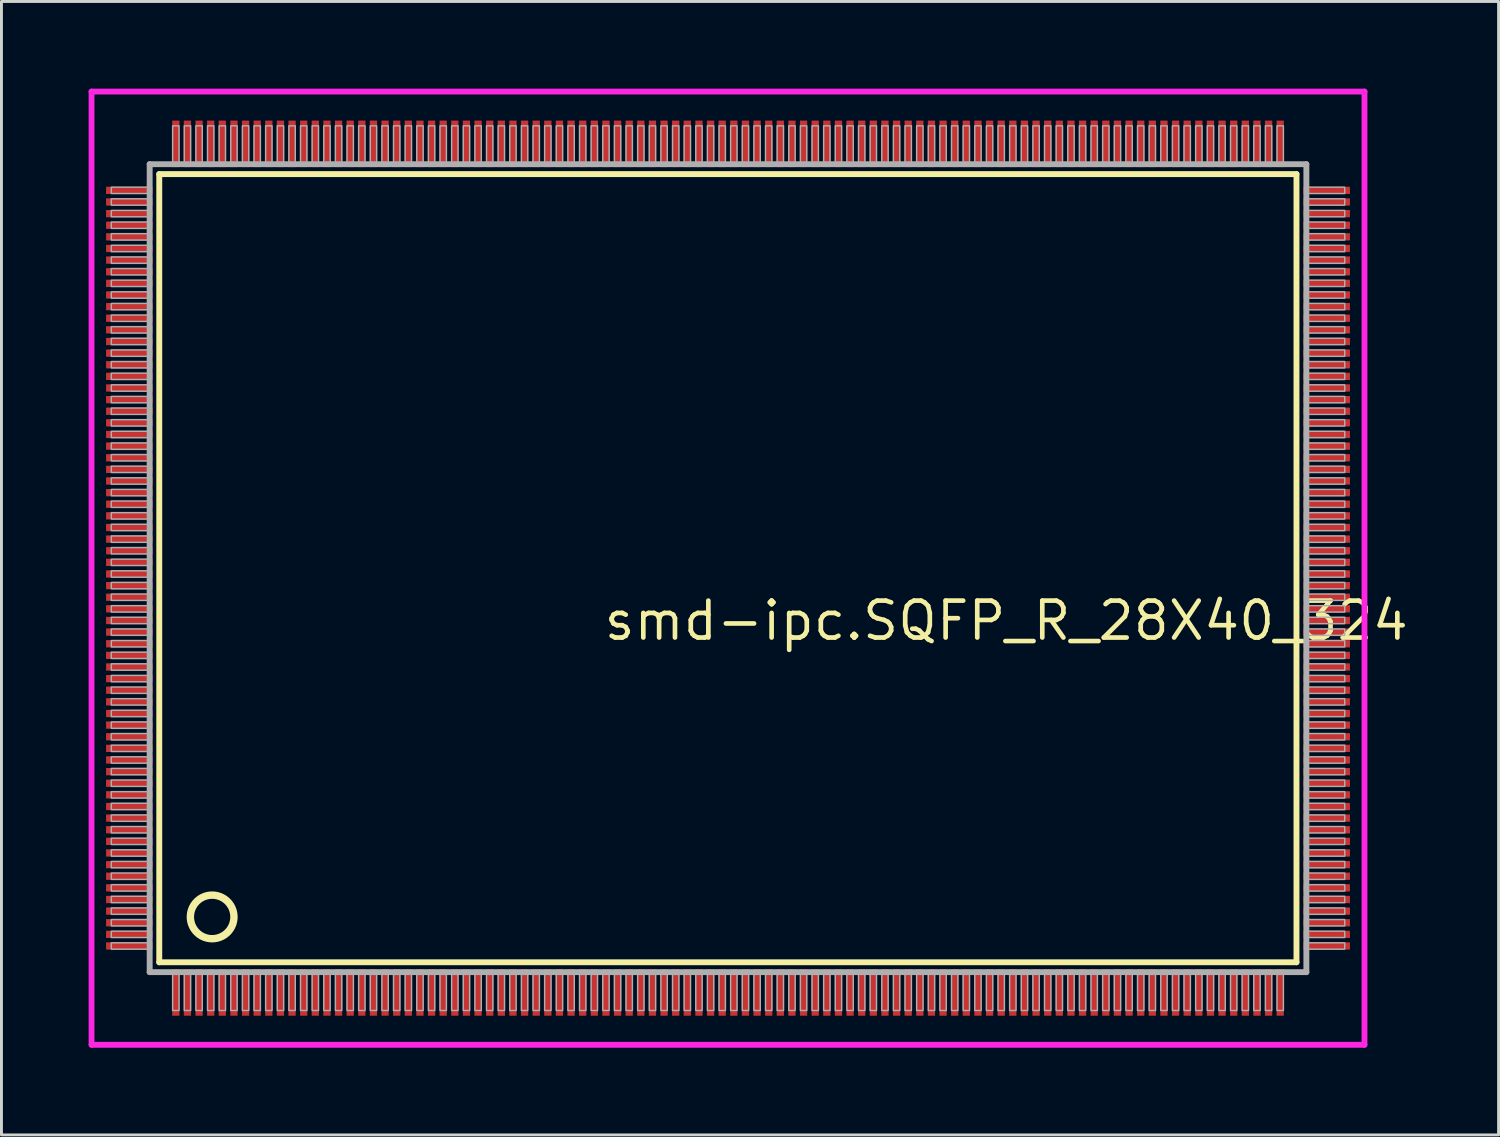
<source format=kicad_pcb>
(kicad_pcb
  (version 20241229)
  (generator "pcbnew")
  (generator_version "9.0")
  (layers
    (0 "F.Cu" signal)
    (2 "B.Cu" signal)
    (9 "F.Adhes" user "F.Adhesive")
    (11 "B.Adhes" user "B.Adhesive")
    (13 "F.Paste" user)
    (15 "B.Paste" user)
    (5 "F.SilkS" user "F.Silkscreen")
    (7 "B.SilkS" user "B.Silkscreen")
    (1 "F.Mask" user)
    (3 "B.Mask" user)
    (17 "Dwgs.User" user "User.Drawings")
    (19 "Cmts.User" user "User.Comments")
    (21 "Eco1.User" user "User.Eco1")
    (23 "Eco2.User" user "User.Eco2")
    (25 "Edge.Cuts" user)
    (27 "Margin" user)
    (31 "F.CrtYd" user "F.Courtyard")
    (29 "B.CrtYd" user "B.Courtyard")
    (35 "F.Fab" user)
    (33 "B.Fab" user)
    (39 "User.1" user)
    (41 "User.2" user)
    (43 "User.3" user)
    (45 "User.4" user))
  (footprint "smd-ipc.SQFP_R_28X40_324"
    (layer "F.Cu")
    (at 22 16.5)
    (property "Reference" "smd-ipc.SQFP_R_28X40_324" (at -4.35 2.55 0) (layer "F.SilkS") (effects (font (size 1.27 1.27) (thickness 0.16)) (justify left bottom)))
    (attr smd)
    (fp_line (start -19.57 -13.56) (end 19.56 -13.56) (stroke (width 0.203) (type default)) (layer "F.SilkS"))
    (fp_line (start -19.57 13.56) (end -19.57 -13.56) (stroke (width 0.203) (type default)) (layer "F.SilkS"))
    (fp_line (start 19.56 -13.56) (end 19.56 13.56) (stroke (width 0.203) (type default)) (layer "F.SilkS"))
    (fp_line (start 19.56 13.56) (end -19.57 13.56) (stroke (width 0.203) (type default)) (layer "F.SilkS"))
    (fp_circle (center -17.75 12) (end -17 12) (stroke (width 0.254) (type default)) (fill no) (layer "F.SilkS"))
    (fp_line (start -21.9 -16.4) (end 21.9 -16.4) (stroke (width 0.2) (type default)) (layer "F.CrtYd"))
    (fp_line (start -21.9 16.4) (end -21.9 -16.4) (stroke (width 0.2) (type default)) (layer "F.CrtYd"))
    (fp_line (start 21.9 -16.4) (end 21.9 16.4) (stroke (width 0.2) (type default)) (layer "F.CrtYd"))
    (fp_line (start 21.9 16.4) (end -21.9 16.4) (stroke (width 0.2) (type default)) (layer "F.CrtYd"))
    (fp_line (start -19.9 -13.9) (end -19.9 13.9) (stroke (width 0.203) (type default)) (layer "F.Fab"))
    (fp_line (start -19.9 13.9) (end 19.9 13.9) (stroke (width 0.203) (type default)) (layer "F.Fab"))
    (fp_line (start 19.9 -13.9) (end -19.9 -13.9) (stroke (width 0.203) (type default)) (layer "F.Fab"))
    (fp_line (start 19.9 13.9) (end 19.9 -13.9) (stroke (width 0.203) (type default)) (layer "F.Fab"))
    (fp_rect (start -21.22 -12.89) (end -19.95 -13.11) (stroke (width 0.05) (type default)) (fill no) (layer "F.Fab"))
    (fp_rect (start -21.22 -12.49) (end -19.95 -12.71) (stroke (width 0.05) (type default)) (fill no) (layer "F.Fab"))
    (fp_rect (start -21.22 -12.09) (end -19.95 -12.31) (stroke (width 0.05) (type default)) (fill no) (layer "F.Fab"))
    (fp_rect (start -21.22 -11.69) (end -19.95 -11.91) (stroke (width 0.05) (type default)) (fill no) (layer "F.Fab"))
    (fp_rect (start -21.22 -11.29) (end -19.95 -11.51) (stroke (width 0.05) (type default)) (fill no) (layer "F.Fab"))
    (fp_rect (start -21.22 -10.89) (end -19.95 -11.11) (stroke (width 0.05) (type default)) (fill no) (layer "F.Fab"))
    (fp_rect (start -21.22 -10.49) (end -19.95 -10.71) (stroke (width 0.05) (type default)) (fill no) (layer "F.Fab"))
    (fp_rect (start -21.22 -10.09) (end -19.95 -10.31) (stroke (width 0.05) (type default)) (fill no) (layer "F.Fab"))
    (fp_rect (start -21.22 -9.69) (end -19.95 -9.91) (stroke (width 0.05) (type default)) (fill no) (layer "F.Fab"))
    (fp_rect (start -21.22 -9.29) (end -19.95 -9.51) (stroke (width 0.05) (type default)) (fill no) (layer "F.Fab"))
    (fp_rect (start -21.22 -8.89) (end -19.95 -9.11) (stroke (width 0.05) (type default)) (fill no) (layer "F.Fab"))
    (fp_rect (start -21.22 -8.49) (end -19.95 -8.71) (stroke (width 0.05) (type default)) (fill no) (layer "F.Fab"))
    (fp_rect (start -21.22 -8.09) (end -19.95 -8.31) (stroke (width 0.05) (type default)) (fill no) (layer "F.Fab"))
    (fp_rect (start -21.22 -7.69) (end -19.95 -7.91) (stroke (width 0.05) (type default)) (fill no) (layer "F.Fab"))
    (fp_rect (start -21.22 -7.29) (end -19.95 -7.51) (stroke (width 0.05) (type default)) (fill no) (layer "F.Fab"))
    (fp_rect (start -21.22 -6.89) (end -19.95 -7.11) (stroke (width 0.05) (type default)) (fill no) (layer "F.Fab"))
    (fp_rect (start -21.22 -6.49) (end -19.95 -6.71) (stroke (width 0.05) (type default)) (fill no) (layer "F.Fab"))
    (fp_rect (start -21.22 -6.09) (end -19.95 -6.31) (stroke (width 0.05) (type default)) (fill no) (layer "F.Fab"))
    (fp_rect (start -21.22 -5.69) (end -19.95 -5.91) (stroke (width 0.05) (type default)) (fill no) (layer "F.Fab"))
    (fp_rect (start -21.22 -5.29) (end -19.95 -5.51) (stroke (width 0.05) (type default)) (fill no) (layer "F.Fab"))
    (fp_rect (start -21.22 -4.89) (end -19.95 -5.11) (stroke (width 0.05) (type default)) (fill no) (layer "F.Fab"))
    (fp_rect (start -21.22 -4.49) (end -19.95 -4.71) (stroke (width 0.05) (type default)) (fill no) (layer "F.Fab"))
    (fp_rect (start -21.22 -4.09) (end -19.95 -4.31) (stroke (width 0.05) (type default)) (fill no) (layer "F.Fab"))
    (fp_rect (start -21.22 -3.69) (end -19.95 -3.91) (stroke (width 0.05) (type default)) (fill no) (layer "F.Fab"))
    (fp_rect (start -21.22 -3.29) (end -19.95 -3.51) (stroke (width 0.05) (type default)) (fill no) (layer "F.Fab"))
    (fp_rect (start -21.22 -2.89) (end -19.95 -3.11) (stroke (width 0.05) (type default)) (fill no) (layer "F.Fab"))
    (fp_rect (start -21.22 -2.49) (end -19.95 -2.71) (stroke (width 0.05) (type default)) (fill no) (layer "F.Fab"))
    (fp_rect (start -21.22 -2.09) (end -19.95 -2.31) (stroke (width 0.05) (type default)) (fill no) (layer "F.Fab"))
    (fp_rect (start -21.22 -1.69) (end -19.95 -1.91) (stroke (width 0.05) (type default)) (fill no) (layer "F.Fab"))
    (fp_rect (start -21.22 -1.29) (end -19.95 -1.51) (stroke (width 0.05) (type default)) (fill no) (layer "F.Fab"))
    (fp_rect (start -21.22 -0.89) (end -19.95 -1.11) (stroke (width 0.05) (type default)) (fill no) (layer "F.Fab"))
    (fp_rect (start -21.22 -0.49) (end -19.95 -0.71) (stroke (width 0.05) (type default)) (fill no) (layer "F.Fab"))
    (fp_rect (start -21.22 -0.09) (end -19.95 -0.31) (stroke (width 0.05) (type default)) (fill no) (layer "F.Fab"))
    (fp_rect (start -21.22 0.31) (end -19.95 0.09) (stroke (width 0.05) (type default)) (fill no) (layer "F.Fab"))
    (fp_rect (start -21.22 0.71) (end -19.95 0.49) (stroke (width 0.05) (type default)) (fill no) (layer "F.Fab"))
    (fp_rect (start -21.22 1.11) (end -19.95 0.89) (stroke (width 0.05) (type default)) (fill no) (layer "F.Fab"))
    (fp_rect (start -21.22 1.51) (end -19.95 1.29) (stroke (width 0.05) (type default)) (fill no) (layer "F.Fab"))
    (fp_rect (start -21.22 1.91) (end -19.95 1.69) (stroke (width 0.05) (type default)) (fill no) (layer "F.Fab"))
    (fp_rect (start -21.22 2.31) (end -19.95 2.09) (stroke (width 0.05) (type default)) (fill no) (layer "F.Fab"))
    (fp_rect (start -21.22 2.71) (end -19.95 2.49) (stroke (width 0.05) (type default)) (fill no) (layer "F.Fab"))
    (fp_rect (start -21.22 3.11) (end -19.95 2.89) (stroke (width 0.05) (type default)) (fill no) (layer "F.Fab"))
    (fp_rect (start -21.22 3.51) (end -19.95 3.29) (stroke (width 0.05) (type default)) (fill no) (layer "F.Fab"))
    (fp_rect (start -21.22 3.91) (end -19.95 3.69) (stroke (width 0.05) (type default)) (fill no) (layer "F.Fab"))
    (fp_rect (start -21.22 4.31) (end -19.95 4.09) (stroke (width 0.05) (type default)) (fill no) (layer "F.Fab"))
    (fp_rect (start -21.22 4.71) (end -19.95 4.49) (stroke (width 0.05) (type default)) (fill no) (layer "F.Fab"))
    (fp_rect (start -21.22 5.11) (end -19.95 4.89) (stroke (width 0.05) (type default)) (fill no) (layer "F.Fab"))
    (fp_rect (start -21.22 5.51) (end -19.95 5.29) (stroke (width 0.05) (type default)) (fill no) (layer "F.Fab"))
    (fp_rect (start -21.22 5.91) (end -19.95 5.69) (stroke (width 0.05) (type default)) (fill no) (layer "F.Fab"))
    (fp_rect (start -21.22 6.31) (end -19.95 6.09) (stroke (width 0.05) (type default)) (fill no) (layer "F.Fab"))
    (fp_rect (start -21.22 6.71) (end -19.95 6.49) (stroke (width 0.05) (type default)) (fill no) (layer "F.Fab"))
    (fp_rect (start -21.22 7.11) (end -19.95 6.89) (stroke (width 0.05) (type default)) (fill no) (layer "F.Fab"))
    (fp_rect (start -21.22 7.51) (end -19.95 7.29) (stroke (width 0.05) (type default)) (fill no) (layer "F.Fab"))
    (fp_rect (start -21.22 7.91) (end -19.95 7.69) (stroke (width 0.05) (type default)) (fill no) (layer "F.Fab"))
    (fp_rect (start -21.22 8.31) (end -19.95 8.09) (stroke (width 0.05) (type default)) (fill no) (layer "F.Fab"))
    (fp_rect (start -21.22 8.71) (end -19.95 8.49) (stroke (width 0.05) (type default)) (fill no) (layer "F.Fab"))
    (fp_rect (start -21.22 9.11) (end -19.95 8.89) (stroke (width 0.05) (type default)) (fill no) (layer "F.Fab"))
    (fp_rect (start -21.22 9.51) (end -19.95 9.29) (stroke (width 0.05) (type default)) (fill no) (layer "F.Fab"))
    (fp_rect (start -21.22 9.91) (end -19.95 9.69) (stroke (width 0.05) (type default)) (fill no) (layer "F.Fab"))
    (fp_rect (start -21.22 10.31) (end -19.95 10.09) (stroke (width 0.05) (type default)) (fill no) (layer "F.Fab"))
    (fp_rect (start -21.22 10.71) (end -19.95 10.49) (stroke (width 0.05) (type default)) (fill no) (layer "F.Fab"))
    (fp_rect (start -21.22 11.11) (end -19.95 10.89) (stroke (width 0.05) (type default)) (fill no) (layer "F.Fab"))
    (fp_rect (start -21.22 11.51) (end -19.95 11.29) (stroke (width 0.05) (type default)) (fill no) (layer "F.Fab"))
    (fp_rect (start -21.22 11.91) (end -19.95 11.69) (stroke (width 0.05) (type default)) (fill no) (layer "F.Fab"))
    (fp_rect (start -21.22 12.31) (end -19.95 12.09) (stroke (width 0.05) (type default)) (fill no) (layer "F.Fab"))
    (fp_rect (start -21.22 12.71) (end -19.95 12.49) (stroke (width 0.05) (type default)) (fill no) (layer "F.Fab"))
    (fp_rect (start -21.22 13.11) (end -19.95 12.89) (stroke (width 0.05) (type default)) (fill no) (layer "F.Fab"))
    (fp_rect (start -19.11 -13.95) (end -18.89 -15.22) (stroke (width 0.05) (type default)) (fill no) (layer "F.Fab"))
    (fp_rect (start -19.11 15.22) (end -18.89 13.95) (stroke (width 0.05) (type default)) (fill no) (layer "F.Fab"))
    (fp_rect (start -18.71 -13.95) (end -18.49 -15.22) (stroke (width 0.05) (type default)) (fill no) (layer "F.Fab"))
    (fp_rect (start -18.71 15.22) (end -18.49 13.95) (stroke (width 0.05) (type default)) (fill no) (layer "F.Fab"))
    (fp_rect (start -18.31 -13.95) (end -18.09 -15.22) (stroke (width 0.05) (type default)) (fill no) (layer "F.Fab"))
    (fp_rect (start -18.31 15.22) (end -18.09 13.95) (stroke (width 0.05) (type default)) (fill no) (layer "F.Fab"))
    (fp_rect (start -17.91 -13.95) (end -17.69 -15.22) (stroke (width 0.05) (type default)) (fill no) (layer "F.Fab"))
    (fp_rect (start -17.91 15.22) (end -17.69 13.95) (stroke (width 0.05) (type default)) (fill no) (layer "F.Fab"))
    (fp_rect (start -17.51 -13.95) (end -17.29 -15.22) (stroke (width 0.05) (type default)) (fill no) (layer "F.Fab"))
    (fp_rect (start -17.51 15.22) (end -17.29 13.95) (stroke (width 0.05) (type default)) (fill no) (layer "F.Fab"))
    (fp_rect (start -17.11 -13.95) (end -16.89 -15.22) (stroke (width 0.05) (type default)) (fill no) (layer "F.Fab"))
    (fp_rect (start -17.11 15.22) (end -16.89 13.95) (stroke (width 0.05) (type default)) (fill no) (layer "F.Fab"))
    (fp_rect (start -16.71 -13.95) (end -16.49 -15.22) (stroke (width 0.05) (type default)) (fill no) (layer "F.Fab"))
    (fp_rect (start -16.71 15.22) (end -16.49 13.95) (stroke (width 0.05) (type default)) (fill no) (layer "F.Fab"))
    (fp_rect (start -16.31 -13.95) (end -16.09 -15.22) (stroke (width 0.05) (type default)) (fill no) (layer "F.Fab"))
    (fp_rect (start -16.31 15.22) (end -16.09 13.95) (stroke (width 0.05) (type default)) (fill no) (layer "F.Fab"))
    (fp_rect (start -15.91 -13.95) (end -15.69 -15.22) (stroke (width 0.05) (type default)) (fill no) (layer "F.Fab"))
    (fp_rect (start -15.91 15.22) (end -15.69 13.95) (stroke (width 0.05) (type default)) (fill no) (layer "F.Fab"))
    (fp_rect (start -15.51 -13.95) (end -15.29 -15.22) (stroke (width 0.05) (type default)) (fill no) (layer "F.Fab"))
    (fp_rect (start -15.51 15.22) (end -15.29 13.95) (stroke (width 0.05) (type default)) (fill no) (layer "F.Fab"))
    (fp_rect (start -15.11 -13.95) (end -14.89 -15.22) (stroke (width 0.05) (type default)) (fill no) (layer "F.Fab"))
    (fp_rect (start -15.11 15.22) (end -14.89 13.95) (stroke (width 0.05) (type default)) (fill no) (layer "F.Fab"))
    (fp_rect (start -14.71 -13.95) (end -14.49 -15.22) (stroke (width 0.05) (type default)) (fill no) (layer "F.Fab"))
    (fp_rect (start -14.71 15.22) (end -14.49 13.95) (stroke (width 0.05) (type default)) (fill no) (layer "F.Fab"))
    (fp_rect (start -14.31 -13.95) (end -14.09 -15.22) (stroke (width 0.05) (type default)) (fill no) (layer "F.Fab"))
    (fp_rect (start -14.31 15.22) (end -14.09 13.95) (stroke (width 0.05) (type default)) (fill no) (layer "F.Fab"))
    (fp_rect (start -13.91 -13.95) (end -13.69 -15.22) (stroke (width 0.05) (type default)) (fill no) (layer "F.Fab"))
    (fp_rect (start -13.91 15.22) (end -13.69 13.95) (stroke (width 0.05) (type default)) (fill no) (layer "F.Fab"))
    (fp_rect (start -13.51 -13.95) (end -13.29 -15.22) (stroke (width 0.05) (type default)) (fill no) (layer "F.Fab"))
    (fp_rect (start -13.51 15.22) (end -13.29 13.95) (stroke (width 0.05) (type default)) (fill no) (layer "F.Fab"))
    (fp_rect (start -13.11 -13.95) (end -12.89 -15.22) (stroke (width 0.05) (type default)) (fill no) (layer "F.Fab"))
    (fp_rect (start -13.11 15.22) (end -12.89 13.95) (stroke (width 0.05) (type default)) (fill no) (layer "F.Fab"))
    (fp_rect (start -12.71 -13.95) (end -12.49 -15.22) (stroke (width 0.05) (type default)) (fill no) (layer "F.Fab"))
    (fp_rect (start -12.71 15.22) (end -12.49 13.95) (stroke (width 0.05) (type default)) (fill no) (layer "F.Fab"))
    (fp_rect (start -12.31 -13.95) (end -12.09 -15.22) (stroke (width 0.05) (type default)) (fill no) (layer "F.Fab"))
    (fp_rect (start -12.31 15.22) (end -12.09 13.95) (stroke (width 0.05) (type default)) (fill no) (layer "F.Fab"))
    (fp_rect (start -11.91 -13.95) (end -11.69 -15.22) (stroke (width 0.05) (type default)) (fill no) (layer "F.Fab"))
    (fp_rect (start -11.91 15.22) (end -11.69 13.95) (stroke (width 0.05) (type default)) (fill no) (layer "F.Fab"))
    (fp_rect (start -11.51 -13.95) (end -11.29 -15.22) (stroke (width 0.05) (type default)) (fill no) (layer "F.Fab"))
    (fp_rect (start -11.51 15.22) (end -11.29 13.95) (stroke (width 0.05) (type default)) (fill no) (layer "F.Fab"))
    (fp_rect (start -11.11 -13.95) (end -10.89 -15.22) (stroke (width 0.05) (type default)) (fill no) (layer "F.Fab"))
    (fp_rect (start -11.11 15.22) (end -10.89 13.95) (stroke (width 0.05) (type default)) (fill no) (layer "F.Fab"))
    (fp_rect (start -10.71 -13.95) (end -10.49 -15.22) (stroke (width 0.05) (type default)) (fill no) (layer "F.Fab"))
    (fp_rect (start -10.71 15.22) (end -10.49 13.95) (stroke (width 0.05) (type default)) (fill no) (layer "F.Fab"))
    (fp_rect (start -10.31 -13.95) (end -10.09 -15.22) (stroke (width 0.05) (type default)) (fill no) (layer "F.Fab"))
    (fp_rect (start -10.31 15.22) (end -10.09 13.95) (stroke (width 0.05) (type default)) (fill no) (layer "F.Fab"))
    (fp_rect (start -9.91 -13.95) (end -9.69 -15.22) (stroke (width 0.05) (type default)) (fill no) (layer "F.Fab"))
    (fp_rect (start -9.91 15.22) (end -9.69 13.95) (stroke (width 0.05) (type default)) (fill no) (layer "F.Fab"))
    (fp_rect (start -9.51 -13.95) (end -9.29 -15.22) (stroke (width 0.05) (type default)) (fill no) (layer "F.Fab"))
    (fp_rect (start -9.51 15.22) (end -9.29 13.95) (stroke (width 0.05) (type default)) (fill no) (layer "F.Fab"))
    (fp_rect (start -9.11 -13.95) (end -8.89 -15.22) (stroke (width 0.05) (type default)) (fill no) (layer "F.Fab"))
    (fp_rect (start -9.11 15.22) (end -8.89 13.95) (stroke (width 0.05) (type default)) (fill no) (layer "F.Fab"))
    (fp_rect (start -8.71 -13.95) (end -8.49 -15.22) (stroke (width 0.05) (type default)) (fill no) (layer "F.Fab"))
    (fp_rect (start -8.71 15.22) (end -8.49 13.95) (stroke (width 0.05) (type default)) (fill no) (layer "F.Fab"))
    (fp_rect (start -8.31 -13.95) (end -8.09 -15.22) (stroke (width 0.05) (type default)) (fill no) (layer "F.Fab"))
    (fp_rect (start -8.31 15.22) (end -8.09 13.95) (stroke (width 0.05) (type default)) (fill no) (layer "F.Fab"))
    (fp_rect (start -7.91 -13.95) (end -7.69 -15.22) (stroke (width 0.05) (type default)) (fill no) (layer "F.Fab"))
    (fp_rect (start -7.91 15.22) (end -7.69 13.95) (stroke (width 0.05) (type default)) (fill no) (layer "F.Fab"))
    (fp_rect (start -7.51 -13.95) (end -7.29 -15.22) (stroke (width 0.05) (type default)) (fill no) (layer "F.Fab"))
    (fp_rect (start -7.51 15.22) (end -7.29 13.95) (stroke (width 0.05) (type default)) (fill no) (layer "F.Fab"))
    (fp_rect (start -7.11 -13.95) (end -6.89 -15.22) (stroke (width 0.05) (type default)) (fill no) (layer "F.Fab"))
    (fp_rect (start -7.11 15.22) (end -6.89 13.95) (stroke (width 0.05) (type default)) (fill no) (layer "F.Fab"))
    (fp_rect (start -6.71 -13.95) (end -6.49 -15.22) (stroke (width 0.05) (type default)) (fill no) (layer "F.Fab"))
    (fp_rect (start -6.71 15.22) (end -6.49 13.95) (stroke (width 0.05) (type default)) (fill no) (layer "F.Fab"))
    (fp_rect (start -6.31 -13.95) (end -6.09 -15.22) (stroke (width 0.05) (type default)) (fill no) (layer "F.Fab"))
    (fp_rect (start -6.31 15.22) (end -6.09 13.95) (stroke (width 0.05) (type default)) (fill no) (layer "F.Fab"))
    (fp_rect (start -5.91 -13.95) (end -5.69 -15.22) (stroke (width 0.05) (type default)) (fill no) (layer "F.Fab"))
    (fp_rect (start -5.91 15.22) (end -5.69 13.95) (stroke (width 0.05) (type default)) (fill no) (layer "F.Fab"))
    (fp_rect (start -5.51 -13.95) (end -5.29 -15.22) (stroke (width 0.05) (type default)) (fill no) (layer "F.Fab"))
    (fp_rect (start -5.51 15.22) (end -5.29 13.95) (stroke (width 0.05) (type default)) (fill no) (layer "F.Fab"))
    (fp_rect (start -5.11 -13.95) (end -4.89 -15.22) (stroke (width 0.05) (type default)) (fill no) (layer "F.Fab"))
    (fp_rect (start -5.11 15.22) (end -4.89 13.95) (stroke (width 0.05) (type default)) (fill no) (layer "F.Fab"))
    (fp_rect (start -4.71 -13.95) (end -4.49 -15.22) (stroke (width 0.05) (type default)) (fill no) (layer "F.Fab"))
    (fp_rect (start -4.71 15.22) (end -4.49 13.95) (stroke (width 0.05) (type default)) (fill no) (layer "F.Fab"))
    (fp_rect (start -4.31 -13.95) (end -4.09 -15.22) (stroke (width 0.05) (type default)) (fill no) (layer "F.Fab"))
    (fp_rect (start -4.31 15.22) (end -4.09 13.95) (stroke (width 0.05) (type default)) (fill no) (layer "F.Fab"))
    (fp_rect (start -3.91 -13.95) (end -3.69 -15.22) (stroke (width 0.05) (type default)) (fill no) (layer "F.Fab"))
    (fp_rect (start -3.91 15.22) (end -3.69 13.95) (stroke (width 0.05) (type default)) (fill no) (layer "F.Fab"))
    (fp_rect (start -3.51 -13.95) (end -3.29 -15.22) (stroke (width 0.05) (type default)) (fill no) (layer "F.Fab"))
    (fp_rect (start -3.51 15.22) (end -3.29 13.95) (stroke (width 0.05) (type default)) (fill no) (layer "F.Fab"))
    (fp_rect (start -3.11 -13.95) (end -2.89 -15.22) (stroke (width 0.05) (type default)) (fill no) (layer "F.Fab"))
    (fp_rect (start -3.11 15.22) (end -2.89 13.95) (stroke (width 0.05) (type default)) (fill no) (layer "F.Fab"))
    (fp_rect (start -2.71 -13.95) (end -2.49 -15.22) (stroke (width 0.05) (type default)) (fill no) (layer "F.Fab"))
    (fp_rect (start -2.71 15.22) (end -2.49 13.95) (stroke (width 0.05) (type default)) (fill no) (layer "F.Fab"))
    (fp_rect (start -2.31 -13.95) (end -2.09 -15.22) (stroke (width 0.05) (type default)) (fill no) (layer "F.Fab"))
    (fp_rect (start -2.31 15.22) (end -2.09 13.95) (stroke (width 0.05) (type default)) (fill no) (layer "F.Fab"))
    (fp_rect (start -1.91 -13.95) (end -1.69 -15.22) (stroke (width 0.05) (type default)) (fill no) (layer "F.Fab"))
    (fp_rect (start -1.91 15.22) (end -1.69 13.95) (stroke (width 0.05) (type default)) (fill no) (layer "F.Fab"))
    (fp_rect (start -1.51 -13.95) (end -1.29 -15.22) (stroke (width 0.05) (type default)) (fill no) (layer "F.Fab"))
    (fp_rect (start -1.51 15.22) (end -1.29 13.95) (stroke (width 0.05) (type default)) (fill no) (layer "F.Fab"))
    (fp_rect (start -1.11 -13.95) (end -0.89 -15.22) (stroke (width 0.05) (type default)) (fill no) (layer "F.Fab"))
    (fp_rect (start -1.11 15.22) (end -0.89 13.95) (stroke (width 0.05) (type default)) (fill no) (layer "F.Fab"))
    (fp_rect (start -0.71 -13.95) (end -0.49 -15.22) (stroke (width 0.05) (type default)) (fill no) (layer "F.Fab"))
    (fp_rect (start -0.71 15.22) (end -0.49 13.95) (stroke (width 0.05) (type default)) (fill no) (layer "F.Fab"))
    (fp_rect (start -0.31 -13.95) (end -0.09 -15.22) (stroke (width 0.05) (type default)) (fill no) (layer "F.Fab"))
    (fp_rect (start -0.31 15.22) (end -0.09 13.95) (stroke (width 0.05) (type default)) (fill no) (layer "F.Fab"))
    (fp_rect (start 0.09 -13.95) (end 0.31 -15.22) (stroke (width 0.05) (type default)) (fill no) (layer "F.Fab"))
    (fp_rect (start 0.09 15.22) (end 0.31 13.95) (stroke (width 0.05) (type default)) (fill no) (layer "F.Fab"))
    (fp_rect (start 0.49 -13.95) (end 0.71 -15.22) (stroke (width 0.05) (type default)) (fill no) (layer "F.Fab"))
    (fp_rect (start 0.49 15.22) (end 0.71 13.95) (stroke (width 0.05) (type default)) (fill no) (layer "F.Fab"))
    (fp_rect (start 0.89 -13.95) (end 1.11 -15.22) (stroke (width 0.05) (type default)) (fill no) (layer "F.Fab"))
    (fp_rect (start 0.89 15.22) (end 1.11 13.95) (stroke (width 0.05) (type default)) (fill no) (layer "F.Fab"))
    (fp_rect (start 1.29 -13.95) (end 1.51 -15.22) (stroke (width 0.05) (type default)) (fill no) (layer "F.Fab"))
    (fp_rect (start 1.29 15.22) (end 1.51 13.95) (stroke (width 0.05) (type default)) (fill no) (layer "F.Fab"))
    (fp_rect (start 1.69 -13.95) (end 1.91 -15.22) (stroke (width 0.05) (type default)) (fill no) (layer "F.Fab"))
    (fp_rect (start 1.69 15.22) (end 1.91 13.95) (stroke (width 0.05) (type default)) (fill no) (layer "F.Fab"))
    (fp_rect (start 2.09 -13.95) (end 2.31 -15.22) (stroke (width 0.05) (type default)) (fill no) (layer "F.Fab"))
    (fp_rect (start 2.09 15.22) (end 2.31 13.95) (stroke (width 0.05) (type default)) (fill no) (layer "F.Fab"))
    (fp_rect (start 2.49 -13.95) (end 2.71 -15.22) (stroke (width 0.05) (type default)) (fill no) (layer "F.Fab"))
    (fp_rect (start 2.49 15.22) (end 2.71 13.95) (stroke (width 0.05) (type default)) (fill no) (layer "F.Fab"))
    (fp_rect (start 2.89 -13.95) (end 3.11 -15.22) (stroke (width 0.05) (type default)) (fill no) (layer "F.Fab"))
    (fp_rect (start 2.89 15.22) (end 3.11 13.95) (stroke (width 0.05) (type default)) (fill no) (layer "F.Fab"))
    (fp_rect (start 3.29 -13.95) (end 3.51 -15.22) (stroke (width 0.05) (type default)) (fill no) (layer "F.Fab"))
    (fp_rect (start 3.29 15.22) (end 3.51 13.95) (stroke (width 0.05) (type default)) (fill no) (layer "F.Fab"))
    (fp_rect (start 3.69 -13.95) (end 3.91 -15.22) (stroke (width 0.05) (type default)) (fill no) (layer "F.Fab"))
    (fp_rect (start 3.69 15.22) (end 3.91 13.95) (stroke (width 0.05) (type default)) (fill no) (layer "F.Fab"))
    (fp_rect (start 4.09 -13.95) (end 4.31 -15.22) (stroke (width 0.05) (type default)) (fill no) (layer "F.Fab"))
    (fp_rect (start 4.09 15.22) (end 4.31 13.95) (stroke (width 0.05) (type default)) (fill no) (layer "F.Fab"))
    (fp_rect (start 4.49 -13.95) (end 4.71 -15.22) (stroke (width 0.05) (type default)) (fill no) (layer "F.Fab"))
    (fp_rect (start 4.49 15.22) (end 4.71 13.95) (stroke (width 0.05) (type default)) (fill no) (layer "F.Fab"))
    (fp_rect (start 4.89 -13.95) (end 5.11 -15.22) (stroke (width 0.05) (type default)) (fill no) (layer "F.Fab"))
    (fp_rect (start 4.89 15.22) (end 5.11 13.95) (stroke (width 0.05) (type default)) (fill no) (layer "F.Fab"))
    (fp_rect (start 5.29 -13.95) (end 5.51 -15.22) (stroke (width 0.05) (type default)) (fill no) (layer "F.Fab"))
    (fp_rect (start 5.29 15.22) (end 5.51 13.95) (stroke (width 0.05) (type default)) (fill no) (layer "F.Fab"))
    (fp_rect (start 5.69 -13.95) (end 5.91 -15.22) (stroke (width 0.05) (type default)) (fill no) (layer "F.Fab"))
    (fp_rect (start 5.69 15.22) (end 5.91 13.95) (stroke (width 0.05) (type default)) (fill no) (layer "F.Fab"))
    (fp_rect (start 6.09 -13.95) (end 6.31 -15.22) (stroke (width 0.05) (type default)) (fill no) (layer "F.Fab"))
    (fp_rect (start 6.09 15.22) (end 6.31 13.95) (stroke (width 0.05) (type default)) (fill no) (layer "F.Fab"))
    (fp_rect (start 6.49 -13.95) (end 6.71 -15.22) (stroke (width 0.05) (type default)) (fill no) (layer "F.Fab"))
    (fp_rect (start 6.49 15.22) (end 6.71 13.95) (stroke (width 0.05) (type default)) (fill no) (layer "F.Fab"))
    (fp_rect (start 6.89 -13.95) (end 7.11 -15.22) (stroke (width 0.05) (type default)) (fill no) (layer "F.Fab"))
    (fp_rect (start 6.89 15.22) (end 7.11 13.95) (stroke (width 0.05) (type default)) (fill no) (layer "F.Fab"))
    (fp_rect (start 7.29 -13.95) (end 7.51 -15.22) (stroke (width 0.05) (type default)) (fill no) (layer "F.Fab"))
    (fp_rect (start 7.29 15.22) (end 7.51 13.95) (stroke (width 0.05) (type default)) (fill no) (layer "F.Fab"))
    (fp_rect (start 7.69 -13.95) (end 7.91 -15.22) (stroke (width 0.05) (type default)) (fill no) (layer "F.Fab"))
    (fp_rect (start 7.69 15.22) (end 7.91 13.95) (stroke (width 0.05) (type default)) (fill no) (layer "F.Fab"))
    (fp_rect (start 8.09 -13.95) (end 8.31 -15.22) (stroke (width 0.05) (type default)) (fill no) (layer "F.Fab"))
    (fp_rect (start 8.09 15.22) (end 8.31 13.95) (stroke (width 0.05) (type default)) (fill no) (layer "F.Fab"))
    (fp_rect (start 8.49 -13.95) (end 8.71 -15.22) (stroke (width 0.05) (type default)) (fill no) (layer "F.Fab"))
    (fp_rect (start 8.49 15.22) (end 8.71 13.95) (stroke (width 0.05) (type default)) (fill no) (layer "F.Fab"))
    (fp_rect (start 8.89 -13.95) (end 9.11 -15.22) (stroke (width 0.05) (type default)) (fill no) (layer "F.Fab"))
    (fp_rect (start 8.89 15.22) (end 9.11 13.95) (stroke (width 0.05) (type default)) (fill no) (layer "F.Fab"))
    (fp_rect (start 9.29 -13.95) (end 9.51 -15.22) (stroke (width 0.05) (type default)) (fill no) (layer "F.Fab"))
    (fp_rect (start 9.29 15.22) (end 9.51 13.95) (stroke (width 0.05) (type default)) (fill no) (layer "F.Fab"))
    (fp_rect (start 9.69 -13.95) (end 9.91 -15.22) (stroke (width 0.05) (type default)) (fill no) (layer "F.Fab"))
    (fp_rect (start 9.69 15.22) (end 9.91 13.95) (stroke (width 0.05) (type default)) (fill no) (layer "F.Fab"))
    (fp_rect (start 10.09 -13.95) (end 10.31 -15.22) (stroke (width 0.05) (type default)) (fill no) (layer "F.Fab"))
    (fp_rect (start 10.09 15.22) (end 10.31 13.95) (stroke (width 0.05) (type default)) (fill no) (layer "F.Fab"))
    (fp_rect (start 10.49 -13.95) (end 10.71 -15.22) (stroke (width 0.05) (type default)) (fill no) (layer "F.Fab"))
    (fp_rect (start 10.49 15.22) (end 10.71 13.95) (stroke (width 0.05) (type default)) (fill no) (layer "F.Fab"))
    (fp_rect (start 10.89 -13.95) (end 11.11 -15.22) (stroke (width 0.05) (type default)) (fill no) (layer "F.Fab"))
    (fp_rect (start 10.89 15.22) (end 11.11 13.95) (stroke (width 0.05) (type default)) (fill no) (layer "F.Fab"))
    (fp_rect (start 11.29 -13.95) (end 11.51 -15.22) (stroke (width 0.05) (type default)) (fill no) (layer "F.Fab"))
    (fp_rect (start 11.29 15.22) (end 11.51 13.95) (stroke (width 0.05) (type default)) (fill no) (layer "F.Fab"))
    (fp_rect (start 11.69 -13.95) (end 11.91 -15.22) (stroke (width 0.05) (type default)) (fill no) (layer "F.Fab"))
    (fp_rect (start 11.69 15.22) (end 11.91 13.95) (stroke (width 0.05) (type default)) (fill no) (layer "F.Fab"))
    (fp_rect (start 12.09 -13.95) (end 12.31 -15.22) (stroke (width 0.05) (type default)) (fill no) (layer "F.Fab"))
    (fp_rect (start 12.09 15.22) (end 12.31 13.95) (stroke (width 0.05) (type default)) (fill no) (layer "F.Fab"))
    (fp_rect (start 12.49 -13.95) (end 12.71 -15.22) (stroke (width 0.05) (type default)) (fill no) (layer "F.Fab"))
    (fp_rect (start 12.49 15.22) (end 12.71 13.95) (stroke (width 0.05) (type default)) (fill no) (layer "F.Fab"))
    (fp_rect (start 12.89 -13.95) (end 13.11 -15.22) (stroke (width 0.05) (type default)) (fill no) (layer "F.Fab"))
    (fp_rect (start 12.89 15.22) (end 13.11 13.95) (stroke (width 0.05) (type default)) (fill no) (layer "F.Fab"))
    (fp_rect (start 13.29 -13.95) (end 13.51 -15.22) (stroke (width 0.05) (type default)) (fill no) (layer "F.Fab"))
    (fp_rect (start 13.29 15.22) (end 13.51 13.95) (stroke (width 0.05) (type default)) (fill no) (layer "F.Fab"))
    (fp_rect (start 13.69 -13.95) (end 13.91 -15.22) (stroke (width 0.05) (type default)) (fill no) (layer "F.Fab"))
    (fp_rect (start 13.69 15.22) (end 13.91 13.95) (stroke (width 0.05) (type default)) (fill no) (layer "F.Fab"))
    (fp_rect (start 14.09 -13.95) (end 14.31 -15.22) (stroke (width 0.05) (type default)) (fill no) (layer "F.Fab"))
    (fp_rect (start 14.09 15.22) (end 14.31 13.95) (stroke (width 0.05) (type default)) (fill no) (layer "F.Fab"))
    (fp_rect (start 14.49 -13.95) (end 14.71 -15.22) (stroke (width 0.05) (type default)) (fill no) (layer "F.Fab"))
    (fp_rect (start 14.49 15.22) (end 14.71 13.95) (stroke (width 0.05) (type default)) (fill no) (layer "F.Fab"))
    (fp_rect (start 14.89 -13.95) (end 15.11 -15.22) (stroke (width 0.05) (type default)) (fill no) (layer "F.Fab"))
    (fp_rect (start 14.89 15.22) (end 15.11 13.95) (stroke (width 0.05) (type default)) (fill no) (layer "F.Fab"))
    (fp_rect (start 15.29 -13.95) (end 15.51 -15.22) (stroke (width 0.05) (type default)) (fill no) (layer "F.Fab"))
    (fp_rect (start 15.29 15.22) (end 15.51 13.95) (stroke (width 0.05) (type default)) (fill no) (layer "F.Fab"))
    (fp_rect (start 15.69 -13.95) (end 15.91 -15.22) (stroke (width 0.05) (type default)) (fill no) (layer "F.Fab"))
    (fp_rect (start 15.69 15.22) (end 15.91 13.95) (stroke (width 0.05) (type default)) (fill no) (layer "F.Fab"))
    (fp_rect (start 16.09 -13.95) (end 16.31 -15.22) (stroke (width 0.05) (type default)) (fill no) (layer "F.Fab"))
    (fp_rect (start 16.09 15.22) (end 16.31 13.95) (stroke (width 0.05) (type default)) (fill no) (layer "F.Fab"))
    (fp_rect (start 16.49 -13.95) (end 16.71 -15.22) (stroke (width 0.05) (type default)) (fill no) (layer "F.Fab"))
    (fp_rect (start 16.49 15.22) (end 16.71 13.95) (stroke (width 0.05) (type default)) (fill no) (layer "F.Fab"))
    (fp_rect (start 16.89 -13.95) (end 17.11 -15.22) (stroke (width 0.05) (type default)) (fill no) (layer "F.Fab"))
    (fp_rect (start 16.89 15.22) (end 17.11 13.95) (stroke (width 0.05) (type default)) (fill no) (layer "F.Fab"))
    (fp_rect (start 17.29 -13.95) (end 17.51 -15.22) (stroke (width 0.05) (type default)) (fill no) (layer "F.Fab"))
    (fp_rect (start 17.29 15.22) (end 17.51 13.95) (stroke (width 0.05) (type default)) (fill no) (layer "F.Fab"))
    (fp_rect (start 17.69 -13.95) (end 17.91 -15.22) (stroke (width 0.05) (type default)) (fill no) (layer "F.Fab"))
    (fp_rect (start 17.69 15.22) (end 17.91 13.95) (stroke (width 0.05) (type default)) (fill no) (layer "F.Fab"))
    (fp_rect (start 18.09 -13.95) (end 18.31 -15.22) (stroke (width 0.05) (type default)) (fill no) (layer "F.Fab"))
    (fp_rect (start 18.09 15.22) (end 18.31 13.95) (stroke (width 0.05) (type default)) (fill no) (layer "F.Fab"))
    (fp_rect (start 18.49 -13.95) (end 18.71 -15.22) (stroke (width 0.05) (type default)) (fill no) (layer "F.Fab"))
    (fp_rect (start 18.49 15.22) (end 18.71 13.95) (stroke (width 0.05) (type default)) (fill no) (layer "F.Fab"))
    (fp_rect (start 18.89 -13.95) (end 19.11 -15.22) (stroke (width 0.05) (type default)) (fill no) (layer "F.Fab"))
    (fp_rect (start 18.89 15.22) (end 19.11 13.95) (stroke (width 0.05) (type default)) (fill no) (layer "F.Fab"))
    (fp_rect (start 19.95 -12.89) (end 21.22 -13.11) (stroke (width 0.05) (type default)) (fill no) (layer "F.Fab"))
    (fp_rect (start 19.95 -12.49) (end 21.22 -12.71) (stroke (width 0.05) (type default)) (fill no) (layer "F.Fab"))
    (fp_rect (start 19.95 -12.09) (end 21.22 -12.31) (stroke (width 0.05) (type default)) (fill no) (layer "F.Fab"))
    (fp_rect (start 19.95 -11.69) (end 21.22 -11.91) (stroke (width 0.05) (type default)) (fill no) (layer "F.Fab"))
    (fp_rect (start 19.95 -11.29) (end 21.22 -11.51) (stroke (width 0.05) (type default)) (fill no) (layer "F.Fab"))
    (fp_rect (start 19.95 -10.89) (end 21.22 -11.11) (stroke (width 0.05) (type default)) (fill no) (layer "F.Fab"))
    (fp_rect (start 19.95 -10.49) (end 21.22 -10.71) (stroke (width 0.05) (type default)) (fill no) (layer "F.Fab"))
    (fp_rect (start 19.95 -10.09) (end 21.22 -10.31) (stroke (width 0.05) (type default)) (fill no) (layer "F.Fab"))
    (fp_rect (start 19.95 -9.69) (end 21.22 -9.91) (stroke (width 0.05) (type default)) (fill no) (layer "F.Fab"))
    (fp_rect (start 19.95 -9.29) (end 21.22 -9.51) (stroke (width 0.05) (type default)) (fill no) (layer "F.Fab"))
    (fp_rect (start 19.95 -8.89) (end 21.22 -9.11) (stroke (width 0.05) (type default)) (fill no) (layer "F.Fab"))
    (fp_rect (start 19.95 -8.49) (end 21.22 -8.71) (stroke (width 0.05) (type default)) (fill no) (layer "F.Fab"))
    (fp_rect (start 19.95 -8.09) (end 21.22 -8.31) (stroke (width 0.05) (type default)) (fill no) (layer "F.Fab"))
    (fp_rect (start 19.95 -7.69) (end 21.22 -7.91) (stroke (width 0.05) (type default)) (fill no) (layer "F.Fab"))
    (fp_rect (start 19.95 -7.29) (end 21.22 -7.51) (stroke (width 0.05) (type default)) (fill no) (layer "F.Fab"))
    (fp_rect (start 19.95 -6.89) (end 21.22 -7.11) (stroke (width 0.05) (type default)) (fill no) (layer "F.Fab"))
    (fp_rect (start 19.95 -6.49) (end 21.22 -6.71) (stroke (width 0.05) (type default)) (fill no) (layer "F.Fab"))
    (fp_rect (start 19.95 -6.09) (end 21.22 -6.31) (stroke (width 0.05) (type default)) (fill no) (layer "F.Fab"))
    (fp_rect (start 19.95 -5.69) (end 21.22 -5.91) (stroke (width 0.05) (type default)) (fill no) (layer "F.Fab"))
    (fp_rect (start 19.95 -5.29) (end 21.22 -5.51) (stroke (width 0.05) (type default)) (fill no) (layer "F.Fab"))
    (fp_rect (start 19.95 -4.89) (end 21.22 -5.11) (stroke (width 0.05) (type default)) (fill no) (layer "F.Fab"))
    (fp_rect (start 19.95 -4.49) (end 21.22 -4.71) (stroke (width 0.05) (type default)) (fill no) (layer "F.Fab"))
    (fp_rect (start 19.95 -4.09) (end 21.22 -4.31) (stroke (width 0.05) (type default)) (fill no) (layer "F.Fab"))
    (fp_rect (start 19.95 -3.69) (end 21.22 -3.91) (stroke (width 0.05) (type default)) (fill no) (layer "F.Fab"))
    (fp_rect (start 19.95 -3.29) (end 21.22 -3.51) (stroke (width 0.05) (type default)) (fill no) (layer "F.Fab"))
    (fp_rect (start 19.95 -2.89) (end 21.22 -3.11) (stroke (width 0.05) (type default)) (fill no) (layer "F.Fab"))
    (fp_rect (start 19.95 -2.49) (end 21.22 -2.71) (stroke (width 0.05) (type default)) (fill no) (layer "F.Fab"))
    (fp_rect (start 19.95 -2.09) (end 21.22 -2.31) (stroke (width 0.05) (type default)) (fill no) (layer "F.Fab"))
    (fp_rect (start 19.95 -1.69) (end 21.22 -1.91) (stroke (width 0.05) (type default)) (fill no) (layer "F.Fab"))
    (fp_rect (start 19.95 -1.29) (end 21.22 -1.51) (stroke (width 0.05) (type default)) (fill no) (layer "F.Fab"))
    (fp_rect (start 19.95 -0.89) (end 21.22 -1.11) (stroke (width 0.05) (type default)) (fill no) (layer "F.Fab"))
    (fp_rect (start 19.95 -0.49) (end 21.22 -0.71) (stroke (width 0.05) (type default)) (fill no) (layer "F.Fab"))
    (fp_rect (start 19.95 -0.09) (end 21.22 -0.31) (stroke (width 0.05) (type default)) (fill no) (layer "F.Fab"))
    (fp_rect (start 19.95 0.31) (end 21.22 0.09) (stroke (width 0.05) (type default)) (fill no) (layer "F.Fab"))
    (fp_rect (start 19.95 0.71) (end 21.22 0.49) (stroke (width 0.05) (type default)) (fill no) (layer "F.Fab"))
    (fp_rect (start 19.95 1.11) (end 21.22 0.89) (stroke (width 0.05) (type default)) (fill no) (layer "F.Fab"))
    (fp_rect (start 19.95 1.51) (end 21.22 1.29) (stroke (width 0.05) (type default)) (fill no) (layer "F.Fab"))
    (fp_rect (start 19.95 1.91) (end 21.22 1.69) (stroke (width 0.05) (type default)) (fill no) (layer "F.Fab"))
    (fp_rect (start 19.95 2.31) (end 21.22 2.09) (stroke (width 0.05) (type default)) (fill no) (layer "F.Fab"))
    (fp_rect (start 19.95 2.71) (end 21.22 2.49) (stroke (width 0.05) (type default)) (fill no) (layer "F.Fab"))
    (fp_rect (start 19.95 3.11) (end 21.22 2.89) (stroke (width 0.05) (type default)) (fill no) (layer "F.Fab"))
    (fp_rect (start 19.95 3.51) (end 21.22 3.29) (stroke (width 0.05) (type default)) (fill no) (layer "F.Fab"))
    (fp_rect (start 19.95 3.91) (end 21.22 3.69) (stroke (width 0.05) (type default)) (fill no) (layer "F.Fab"))
    (fp_rect (start 19.95 4.31) (end 21.22 4.09) (stroke (width 0.05) (type default)) (fill no) (layer "F.Fab"))
    (fp_rect (start 19.95 4.71) (end 21.22 4.49) (stroke (width 0.05) (type default)) (fill no) (layer "F.Fab"))
    (fp_rect (start 19.95 5.11) (end 21.22 4.89) (stroke (width 0.05) (type default)) (fill no) (layer "F.Fab"))
    (fp_rect (start 19.95 5.51) (end 21.22 5.29) (stroke (width 0.05) (type default)) (fill no) (layer "F.Fab"))
    (fp_rect (start 19.95 5.91) (end 21.22 5.69) (stroke (width 0.05) (type default)) (fill no) (layer "F.Fab"))
    (fp_rect (start 19.95 6.31) (end 21.22 6.09) (stroke (width 0.05) (type default)) (fill no) (layer "F.Fab"))
    (fp_rect (start 19.95 6.71) (end 21.22 6.49) (stroke (width 0.05) (type default)) (fill no) (layer "F.Fab"))
    (fp_rect (start 19.95 7.11) (end 21.22 6.89) (stroke (width 0.05) (type default)) (fill no) (layer "F.Fab"))
    (fp_rect (start 19.95 7.51) (end 21.22 7.29) (stroke (width 0.05) (type default)) (fill no) (layer "F.Fab"))
    (fp_rect (start 19.95 7.91) (end 21.22 7.69) (stroke (width 0.05) (type default)) (fill no) (layer "F.Fab"))
    (fp_rect (start 19.95 8.31) (end 21.22 8.09) (stroke (width 0.05) (type default)) (fill no) (layer "F.Fab"))
    (fp_rect (start 19.95 8.71) (end 21.22 8.49) (stroke (width 0.05) (type default)) (fill no) (layer "F.Fab"))
    (fp_rect (start 19.95 9.11) (end 21.22 8.89) (stroke (width 0.05) (type default)) (fill no) (layer "F.Fab"))
    (fp_rect (start 19.95 9.51) (end 21.22 9.29) (stroke (width 0.05) (type default)) (fill no) (layer "F.Fab"))
    (fp_rect (start 19.95 9.91) (end 21.22 9.69) (stroke (width 0.05) (type default)) (fill no) (layer "F.Fab"))
    (fp_rect (start 19.95 10.31) (end 21.22 10.09) (stroke (width 0.05) (type default)) (fill no) (layer "F.Fab"))
    (fp_rect (start 19.95 10.71) (end 21.22 10.49) (stroke (width 0.05) (type default)) (fill no) (layer "F.Fab"))
    (fp_rect (start 19.95 11.11) (end 21.22 10.89) (stroke (width 0.05) (type default)) (fill no) (layer "F.Fab"))
    (fp_rect (start 19.95 11.51) (end 21.22 11.29) (stroke (width 0.05) (type default)) (fill no) (layer "F.Fab"))
    (fp_rect (start 19.95 11.91) (end 21.22 11.69) (stroke (width 0.05) (type default)) (fill no) (layer "F.Fab"))
    (fp_rect (start 19.95 12.31) (end 21.22 12.09) (stroke (width 0.05) (type default)) (fill no) (layer "F.Fab"))
    (fp_rect (start 19.95 12.71) (end 21.22 12.49) (stroke (width 0.05) (type default)) (fill no) (layer "F.Fab"))
    (fp_rect (start 19.95 13.11) (end 21.22 12.89) (stroke (width 0.05) (type default)) (fill no) (layer "F.Fab"))
    (pad "1" smd roundrect (at -19 14.6) (size 0.25 1.6) (layers "F.Cu" "F.Mask" "F.Paste") (roundrect_rratio 0.01))
    (pad "2" smd roundrect (at -18.6 14.6) (size 0.25 1.6) (layers "F.Cu" "F.Mask" "F.Paste") (roundrect_rratio 0.01))
    (pad "3" smd roundrect (at -18.2 14.6) (size 0.25 1.6) (layers "F.Cu" "F.Mask" "F.Paste") (roundrect_rratio 0.01))
    (pad "4" smd roundrect (at -17.8 14.6) (size 0.25 1.6) (layers "F.Cu" "F.Mask" "F.Paste") (roundrect_rratio 0.01))
    (pad "5" smd roundrect (at -17.4 14.6) (size 0.25 1.6) (layers "F.Cu" "F.Mask" "F.Paste") (roundrect_rratio 0.01))
    (pad "6" smd roundrect (at -17 14.6) (size 0.25 1.6) (layers "F.Cu" "F.Mask" "F.Paste") (roundrect_rratio 0.01))
    (pad "7" smd roundrect (at -16.6 14.6) (size 0.25 1.6) (layers "F.Cu" "F.Mask" "F.Paste") (roundrect_rratio 0.01))
    (pad "8" smd roundrect (at -16.2 14.6) (size 0.25 1.6) (layers "F.Cu" "F.Mask" "F.Paste") (roundrect_rratio 0.01))
    (pad "9" smd roundrect (at -15.8 14.6) (size 0.25 1.6) (layers "F.Cu" "F.Mask" "F.Paste") (roundrect_rratio 0.01))
    (pad "10" smd roundrect (at -15.4 14.6) (size 0.25 1.6) (layers "F.Cu" "F.Mask" "F.Paste") (roundrect_rratio 0.01))
    (pad "11" smd roundrect (at -15 14.6) (size 0.25 1.6) (layers "F.Cu" "F.Mask" "F.Paste") (roundrect_rratio 0.01))
    (pad "12" smd roundrect (at -14.6 14.6) (size 0.25 1.6) (layers "F.Cu" "F.Mask" "F.Paste") (roundrect_rratio 0.01))
    (pad "13" smd roundrect (at -14.2 14.6) (size 0.25 1.6) (layers "F.Cu" "F.Mask" "F.Paste") (roundrect_rratio 0.01))
    (pad "14" smd roundrect (at -13.8 14.6) (size 0.25 1.6) (layers "F.Cu" "F.Mask" "F.Paste") (roundrect_rratio 0.01))
    (pad "15" smd roundrect (at -13.4 14.6) (size 0.25 1.6) (layers "F.Cu" "F.Mask" "F.Paste") (roundrect_rratio 0.01))
    (pad "16" smd roundrect (at -13 14.6) (size 0.25 1.6) (layers "F.Cu" "F.Mask" "F.Paste") (roundrect_rratio 0.01))
    (pad "17" smd roundrect (at -12.6 14.6) (size 0.25 1.6) (layers "F.Cu" "F.Mask" "F.Paste") (roundrect_rratio 0.01))
    (pad "18" smd roundrect (at -12.2 14.6) (size 0.25 1.6) (layers "F.Cu" "F.Mask" "F.Paste") (roundrect_rratio 0.01))
    (pad "19" smd roundrect (at -11.8 14.6) (size 0.25 1.6) (layers "F.Cu" "F.Mask" "F.Paste") (roundrect_rratio 0.01))
    (pad "20" smd roundrect (at -11.4 14.6) (size 0.25 1.6) (layers "F.Cu" "F.Mask" "F.Paste") (roundrect_rratio 0.01))
    (pad "21" smd roundrect (at -11 14.6) (size 0.25 1.6) (layers "F.Cu" "F.Mask" "F.Paste") (roundrect_rratio 0.01))
    (pad "22" smd roundrect (at -10.6 14.6) (size 0.25 1.6) (layers "F.Cu" "F.Mask" "F.Paste") (roundrect_rratio 0.01))
    (pad "23" smd roundrect (at -10.2 14.6) (size 0.25 1.6) (layers "F.Cu" "F.Mask" "F.Paste") (roundrect_rratio 0.01))
    (pad "24" smd roundrect (at -9.8 14.6) (size 0.25 1.6) (layers "F.Cu" "F.Mask" "F.Paste") (roundrect_rratio 0.01))
    (pad "25" smd roundrect (at -9.4 14.6) (size 0.25 1.6) (layers "F.Cu" "F.Mask" "F.Paste") (roundrect_rratio 0.01))
    (pad "26" smd roundrect (at -9 14.6) (size 0.25 1.6) (layers "F.Cu" "F.Mask" "F.Paste") (roundrect_rratio 0.01))
    (pad "27" smd roundrect (at -8.6 14.6) (size 0.25 1.6) (layers "F.Cu" "F.Mask" "F.Paste") (roundrect_rratio 0.01))
    (pad "28" smd roundrect (at -8.2 14.6) (size 0.25 1.6) (layers "F.Cu" "F.Mask" "F.Paste") (roundrect_rratio 0.01))
    (pad "29" smd roundrect (at -7.8 14.6) (size 0.25 1.6) (layers "F.Cu" "F.Mask" "F.Paste") (roundrect_rratio 0.01))
    (pad "30" smd roundrect (at -7.4 14.6) (size 0.25 1.6) (layers "F.Cu" "F.Mask" "F.Paste") (roundrect_rratio 0.01))
    (pad "31" smd roundrect (at -4.6 14.6) (size 0.25 1.6) (layers "F.Cu" "F.Mask" "F.Paste") (roundrect_rratio 0.01))
    (pad "32" smd roundrect (at -7 14.6) (size 0.25 1.6) (layers "F.Cu" "F.Mask" "F.Paste") (roundrect_rratio 0.01))
    (pad "33" smd roundrect (at -6.6 14.6) (size 0.25 1.6) (layers "F.Cu" "F.Mask" "F.Paste") (roundrect_rratio 0.01))
    (pad "34" smd roundrect (at -6.2 14.6) (size 0.25 1.6) (layers "F.Cu" "F.Mask" "F.Paste") (roundrect_rratio 0.01))
    (pad "35" smd roundrect (at -5.8 14.6) (size 0.25 1.6) (layers "F.Cu" "F.Mask" "F.Paste") (roundrect_rratio 0.01))
    (pad "36" smd roundrect (at -5.4 14.6) (size 0.25 1.6) (layers "F.Cu" "F.Mask" "F.Paste") (roundrect_rratio 0.01))
    (pad "37" smd roundrect (at -5 14.6) (size 0.25 1.6) (layers "F.Cu" "F.Mask" "F.Paste") (roundrect_rratio 0.01))
    (pad "38" smd roundrect (at -4.2 14.6) (size 0.25 1.6) (layers "F.Cu" "F.Mask" "F.Paste") (roundrect_rratio 0.01))
    (pad "39" smd roundrect (at -3.8 14.6) (size 0.25 1.6) (layers "F.Cu" "F.Mask" "F.Paste") (roundrect_rratio 0.01))
    (pad "40" smd roundrect (at -3.4 14.6) (size 0.25 1.6) (layers "F.Cu" "F.Mask" "F.Paste") (roundrect_rratio 0.01))
    (pad "41" smd roundrect (at -3 14.6) (size 0.25 1.6) (layers "F.Cu" "F.Mask" "F.Paste") (roundrect_rratio 0.01))
    (pad "42" smd roundrect (at -2.6 14.6) (size 0.25 1.6) (layers "F.Cu" "F.Mask" "F.Paste") (roundrect_rratio 0.01))
    (pad "43" smd roundrect (at -2.2 14.6) (size 0.25 1.6) (layers "F.Cu" "F.Mask" "F.Paste") (roundrect_rratio 0.01))
    (pad "44" smd roundrect (at -1.8 14.6) (size 0.25 1.6) (layers "F.Cu" "F.Mask" "F.Paste") (roundrect_rratio 0.01))
    (pad "45" smd roundrect (at -1.4 14.6) (size 0.25 1.6) (layers "F.Cu" "F.Mask" "F.Paste") (roundrect_rratio 0.01))
    (pad "46" smd roundrect (at -1 14.6) (size 0.25 1.6) (layers "F.Cu" "F.Mask" "F.Paste") (roundrect_rratio 0.01))
    (pad "47" smd roundrect (at -0.6 14.6) (size 0.25 1.6) (layers "F.Cu" "F.Mask" "F.Paste") (roundrect_rratio 0.01))
    (pad "48" smd roundrect (at -0.2 14.6) (size 0.25 1.6) (layers "F.Cu" "F.Mask" "F.Paste") (roundrect_rratio 0.01))
    (pad "49" smd roundrect (at 0.2 14.6) (size 0.25 1.6) (layers "F.Cu" "F.Mask" "F.Paste") (roundrect_rratio 0.01))
    (pad "50" smd roundrect (at 0.6 14.6) (size 0.25 1.6) (layers "F.Cu" "F.Mask" "F.Paste") (roundrect_rratio 0.01))
    (pad "51" smd roundrect (at 1 14.6) (size 0.25 1.6) (layers "F.Cu" "F.Mask" "F.Paste") (roundrect_rratio 0.01))
    (pad "52" smd roundrect (at 1.4 14.6) (size 0.25 1.6) (layers "F.Cu" "F.Mask" "F.Paste") (roundrect_rratio 0.01))
    (pad "53" smd roundrect (at 1.8 14.6) (size 0.25 1.6) (layers "F.Cu" "F.Mask" "F.Paste") (roundrect_rratio 0.01))
    (pad "54" smd roundrect (at 2.2 14.6) (size 0.25 1.6) (layers "F.Cu" "F.Mask" "F.Paste") (roundrect_rratio 0.01))
    (pad "55" smd roundrect (at 2.6 14.6) (size 0.25 1.6) (layers "F.Cu" "F.Mask" "F.Paste") (roundrect_rratio 0.01))
    (pad "56" smd roundrect (at 3 14.6) (size 0.25 1.6) (layers "F.Cu" "F.Mask" "F.Paste") (roundrect_rratio 0.01))
    (pad "57" smd roundrect (at 3.4 14.6) (size 0.25 1.6) (layers "F.Cu" "F.Mask" "F.Paste") (roundrect_rratio 0.01))
    (pad "58" smd roundrect (at 3.8 14.6) (size 0.25 1.6) (layers "F.Cu" "F.Mask" "F.Paste") (roundrect_rratio 0.01))
    (pad "59" smd roundrect (at 4.2 14.6) (size 0.25 1.6) (layers "F.Cu" "F.Mask" "F.Paste") (roundrect_rratio 0.01))
    (pad "60" smd roundrect (at 4.6 14.6) (size 0.25 1.6) (layers "F.Cu" "F.Mask" "F.Paste") (roundrect_rratio 0.01))
    (pad "61" smd roundrect (at 5 14.6) (size 0.25 1.6) (layers "F.Cu" "F.Mask" "F.Paste") (roundrect_rratio 0.01))
    (pad "62" smd roundrect (at 5.4 14.6) (size 0.25 1.6) (layers "F.Cu" "F.Mask" "F.Paste") (roundrect_rratio 0.01))
    (pad "63" smd roundrect (at 5.8 14.6) (size 0.25 1.6) (layers "F.Cu" "F.Mask" "F.Paste") (roundrect_rratio 0.01))
    (pad "64" smd roundrect (at 6.2 14.6) (size 0.25 1.6) (layers "F.Cu" "F.Mask" "F.Paste") (roundrect_rratio 0.01))
    (pad "65" smd roundrect (at 6.6 14.6) (size 0.25 1.6) (layers "F.Cu" "F.Mask" "F.Paste") (roundrect_rratio 0.01))
    (pad "66" smd roundrect (at 7 14.6) (size 0.25 1.6) (layers "F.Cu" "F.Mask" "F.Paste") (roundrect_rratio 0.01))
    (pad "67" smd roundrect (at 7.4 14.6) (size 0.25 1.6) (layers "F.Cu" "F.Mask" "F.Paste") (roundrect_rratio 0.01))
    (pad "68" smd roundrect (at 7.8 14.6) (size 0.25 1.6) (layers "F.Cu" "F.Mask" "F.Paste") (roundrect_rratio 0.01))
    (pad "69" smd roundrect (at 8.2 14.6) (size 0.25 1.6) (layers "F.Cu" "F.Mask" "F.Paste") (roundrect_rratio 0.01))
    (pad "70" smd roundrect (at 8.6 14.6) (size 0.25 1.6) (layers "F.Cu" "F.Mask" "F.Paste") (roundrect_rratio 0.01))
    (pad "71" smd roundrect (at 9 14.6) (size 0.25 1.6) (layers "F.Cu" "F.Mask" "F.Paste") (roundrect_rratio 0.01))
    (pad "72" smd roundrect (at 9.4 14.6) (size 0.25 1.6) (layers "F.Cu" "F.Mask" "F.Paste") (roundrect_rratio 0.01))
    (pad "73" smd roundrect (at 9.8 14.6) (size 0.25 1.6) (layers "F.Cu" "F.Mask" "F.Paste") (roundrect_rratio 0.01))
    (pad "74" smd roundrect (at 10.2 14.6) (size 0.25 1.6) (layers "F.Cu" "F.Mask" "F.Paste") (roundrect_rratio 0.01))
    (pad "75" smd roundrect (at 10.6 14.6) (size 0.25 1.6) (layers "F.Cu" "F.Mask" "F.Paste") (roundrect_rratio 0.01))
    (pad "76" smd roundrect (at 11 14.6) (size 0.25 1.6) (layers "F.Cu" "F.Mask" "F.Paste") (roundrect_rratio 0.01))
    (pad "77" smd roundrect (at 11.4 14.6) (size 0.25 1.6) (layers "F.Cu" "F.Mask" "F.Paste") (roundrect_rratio 0.01))
    (pad "78" smd roundrect (at 11.8 14.6) (size 0.25 1.6) (layers "F.Cu" "F.Mask" "F.Paste") (roundrect_rratio 0.01))
    (pad "79" smd roundrect (at 12.2 14.6) (size 0.25 1.6) (layers "F.Cu" "F.Mask" "F.Paste") (roundrect_rratio 0.01))
    (pad "80" smd roundrect (at 12.6 14.6) (size 0.25 1.6) (layers "F.Cu" "F.Mask" "F.Paste") (roundrect_rratio 0.01))
    (pad "81" smd roundrect (at 13 14.6) (size 0.25 1.6) (layers "F.Cu" "F.Mask" "F.Paste") (roundrect_rratio 0.01))
    (pad "82" smd roundrect (at 13.4 14.6) (size 0.25 1.6) (layers "F.Cu" "F.Mask" "F.Paste") (roundrect_rratio 0.01))
    (pad "83" smd roundrect (at 13.8 14.6) (size 0.25 1.6) (layers "F.Cu" "F.Mask" "F.Paste") (roundrect_rratio 0.01))
    (pad "84" smd roundrect (at 14.2 14.6) (size 0.25 1.6) (layers "F.Cu" "F.Mask" "F.Paste") (roundrect_rratio 0.01))
    (pad "85" smd roundrect (at 14.6 14.6) (size 0.25 1.6) (layers "F.Cu" "F.Mask" "F.Paste") (roundrect_rratio 0.01))
    (pad "86" smd roundrect (at 15 14.6) (size 0.25 1.6) (layers "F.Cu" "F.Mask" "F.Paste") (roundrect_rratio 0.01))
    (pad "87" smd roundrect (at 15.4 14.6) (size 0.25 1.6) (layers "F.Cu" "F.Mask" "F.Paste") (roundrect_rratio 0.01))
    (pad "88" smd roundrect (at 15.8 14.6) (size 0.25 1.6) (layers "F.Cu" "F.Mask" "F.Paste") (roundrect_rratio 0.01))
    (pad "89" smd roundrect (at 16.2 14.6) (size 0.25 1.6) (layers "F.Cu" "F.Mask" "F.Paste") (roundrect_rratio 0.01))
    (pad "90" smd roundrect (at 16.6 14.6) (size 0.25 1.6) (layers "F.Cu" "F.Mask" "F.Paste") (roundrect_rratio 0.01))
    (pad "91" smd roundrect (at 17 14.6) (size 0.25 1.6) (layers "F.Cu" "F.Mask" "F.Paste") (roundrect_rratio 0.01))
    (pad "92" smd roundrect (at 17.4 14.6) (size 0.25 1.6) (layers "F.Cu" "F.Mask" "F.Paste") (roundrect_rratio 0.01))
    (pad "93" smd roundrect (at 17.8 14.6) (size 0.25 1.6) (layers "F.Cu" "F.Mask" "F.Paste") (roundrect_rratio 0.01))
    (pad "94" smd roundrect (at 18.2 14.6) (size 0.25 1.6) (layers "F.Cu" "F.Mask" "F.Paste") (roundrect_rratio 0.01))
    (pad "95" smd roundrect (at 18.6 14.6) (size 0.25 1.6) (layers "F.Cu" "F.Mask" "F.Paste") (roundrect_rratio 0.01))
    (pad "96" smd roundrect (at 19 14.6) (size 0.25 1.6) (layers "F.Cu" "F.Mask" "F.Paste") (roundrect_rratio 0.01))
    (pad "97" smd roundrect (at 20.6 13) (size 1.6 0.25) (layers "F.Cu" "F.Mask" "F.Paste") (roundrect_rratio 0.01))
    (pad "98" smd roundrect (at 20.6 12.6) (size 1.6 0.25) (layers "F.Cu" "F.Mask" "F.Paste") (roundrect_rratio 0.01))
    (pad "99" smd roundrect (at 20.6 12.2) (size 1.6 0.25) (layers "F.Cu" "F.Mask" "F.Paste") (roundrect_rratio 0.01))
    (pad "100" smd roundrect (at 20.6 11.8) (size 1.6 0.25) (layers "F.Cu" "F.Mask" "F.Paste") (roundrect_rratio 0.01))
    (pad "101" smd roundrect (at 20.6 11.4) (size 1.6 0.25) (layers "F.Cu" "F.Mask" "F.Paste") (roundrect_rratio 0.01))
    (pad "102" smd roundrect (at 20.6 11) (size 1.6 0.25) (layers "F.Cu" "F.Mask" "F.Paste") (roundrect_rratio 0.01))
    (pad "103" smd roundrect (at 20.6 10.6) (size 1.6 0.25) (layers "F.Cu" "F.Mask" "F.Paste") (roundrect_rratio 0.01))
    (pad "104" smd roundrect (at 20.6 10.2) (size 1.6 0.25) (layers "F.Cu" "F.Mask" "F.Paste") (roundrect_rratio 0.01))
    (pad "105" smd roundrect (at 20.6 9.8) (size 1.6 0.25) (layers "F.Cu" "F.Mask" "F.Paste") (roundrect_rratio 0.01))
    (pad "106" smd roundrect (at 20.6 9.4) (size 1.6 0.25) (layers "F.Cu" "F.Mask" "F.Paste") (roundrect_rratio 0.01))
    (pad "107" smd roundrect (at 20.6 9) (size 1.6 0.25) (layers "F.Cu" "F.Mask" "F.Paste") (roundrect_rratio 0.01))
    (pad "108" smd roundrect (at 20.6 8.6) (size 1.6 0.25) (layers "F.Cu" "F.Mask" "F.Paste") (roundrect_rratio 0.01))
    (pad "109" smd roundrect (at 20.6 8.2) (size 1.6 0.25) (layers "F.Cu" "F.Mask" "F.Paste") (roundrect_rratio 0.01))
    (pad "110" smd roundrect (at 20.6 7.8) (size 1.6 0.25) (layers "F.Cu" "F.Mask" "F.Paste") (roundrect_rratio 0.01))
    (pad "111" smd roundrect (at 20.6 7.4) (size 1.6 0.25) (layers "F.Cu" "F.Mask" "F.Paste") (roundrect_rratio 0.01))
    (pad "112" smd roundrect (at 20.6 7) (size 1.6 0.25) (layers "F.Cu" "F.Mask" "F.Paste") (roundrect_rratio 0.01))
    (pad "113" smd roundrect (at 20.6 6.6) (size 1.6 0.25) (layers "F.Cu" "F.Mask" "F.Paste") (roundrect_rratio 0.01))
    (pad "114" smd roundrect (at 20.6 6.2) (size 1.6 0.25) (layers "F.Cu" "F.Mask" "F.Paste") (roundrect_rratio 0.01))
    (pad "115" smd roundrect (at 20.6 5.8) (size 1.6 0.25) (layers "F.Cu" "F.Mask" "F.Paste") (roundrect_rratio 0.01))
    (pad "116" smd roundrect (at 20.6 5.4) (size 1.6 0.25) (layers "F.Cu" "F.Mask" "F.Paste") (roundrect_rratio 0.01))
    (pad "117" smd roundrect (at 20.6 5) (size 1.6 0.25) (layers "F.Cu" "F.Mask" "F.Paste") (roundrect_rratio 0.01))
    (pad "118" smd roundrect (at 20.6 4.6) (size 1.6 0.25) (layers "F.Cu" "F.Mask" "F.Paste") (roundrect_rratio 0.01))
    (pad "119" smd roundrect (at 20.6 4.2) (size 1.6 0.25) (layers "F.Cu" "F.Mask" "F.Paste") (roundrect_rratio 0.01))
    (pad "120" smd roundrect (at 20.6 3.8) (size 1.6 0.25) (layers "F.Cu" "F.Mask" "F.Paste") (roundrect_rratio 0.01))
    (pad "121" smd roundrect (at 20.6 3.4) (size 1.6 0.25) (layers "F.Cu" "F.Mask" "F.Paste") (roundrect_rratio 0.01))
    (pad "122" smd roundrect (at 20.6 3) (size 1.6 0.25) (layers "F.Cu" "F.Mask" "F.Paste") (roundrect_rratio 0.01))
    (pad "123" smd roundrect (at 20.6 2.6) (size 1.6 0.25) (layers "F.Cu" "F.Mask" "F.Paste") (roundrect_rratio 0.01))
    (pad "124" smd roundrect (at 20.6 2.2) (size 1.6 0.25) (layers "F.Cu" "F.Mask" "F.Paste") (roundrect_rratio 0.01))
    (pad "125" smd roundrect (at 20.6 1.8) (size 1.6 0.25) (layers "F.Cu" "F.Mask" "F.Paste") (roundrect_rratio 0.01))
    (pad "126" smd roundrect (at 20.6 1.4) (size 1.6 0.25) (layers "F.Cu" "F.Mask" "F.Paste") (roundrect_rratio 0.01))
    (pad "127" smd roundrect (at 20.6 1) (size 1.6 0.25) (layers "F.Cu" "F.Mask" "F.Paste") (roundrect_rratio 0.01))
    (pad "128" smd roundrect (at 20.6 0.6) (size 1.6 0.25) (layers "F.Cu" "F.Mask" "F.Paste") (roundrect_rratio 0.01))
    (pad "129" smd roundrect (at 20.6 0.2) (size 1.6 0.25) (layers "F.Cu" "F.Mask" "F.Paste") (roundrect_rratio 0.01))
    (pad "130" smd roundrect (at 20.6 -0.2) (size 1.6 0.25) (layers "F.Cu" "F.Mask" "F.Paste") (roundrect_rratio 0.01))
    (pad "131" smd roundrect (at 20.6 -0.6) (size 1.6 0.25) (layers "F.Cu" "F.Mask" "F.Paste") (roundrect_rratio 0.01))
    (pad "132" smd roundrect (at 20.6 -1) (size 1.6 0.25) (layers "F.Cu" "F.Mask" "F.Paste") (roundrect_rratio 0.01))
    (pad "133" smd roundrect (at 20.6 -1.4) (size 1.6 0.25) (layers "F.Cu" "F.Mask" "F.Paste") (roundrect_rratio 0.01))
    (pad "134" smd roundrect (at 20.6 -1.8) (size 1.6 0.25) (layers "F.Cu" "F.Mask" "F.Paste") (roundrect_rratio 0.01))
    (pad "135" smd roundrect (at 20.6 -2.2) (size 1.6 0.25) (layers "F.Cu" "F.Mask" "F.Paste") (roundrect_rratio 0.01))
    (pad "136" smd roundrect (at 20.6 -2.6) (size 1.6 0.25) (layers "F.Cu" "F.Mask" "F.Paste") (roundrect_rratio 0.01))
    (pad "137" smd roundrect (at 20.6 -3) (size 1.6 0.25) (layers "F.Cu" "F.Mask" "F.Paste") (roundrect_rratio 0.01))
    (pad "138" smd roundrect (at 20.6 -3.4) (size 1.6 0.25) (layers "F.Cu" "F.Mask" "F.Paste") (roundrect_rratio 0.01))
    (pad "139" smd roundrect (at 20.6 -3.8) (size 1.6 0.25) (layers "F.Cu" "F.Mask" "F.Paste") (roundrect_rratio 0.01))
    (pad "140" smd roundrect (at 20.6 -4.2) (size 1.6 0.25) (layers "F.Cu" "F.Mask" "F.Paste") (roundrect_rratio 0.01))
    (pad "141" smd roundrect (at 20.6 -4.6) (size 1.6 0.25) (layers "F.Cu" "F.Mask" "F.Paste") (roundrect_rratio 0.01))
    (pad "142" smd roundrect (at 20.6 -5) (size 1.6 0.25) (layers "F.Cu" "F.Mask" "F.Paste") (roundrect_rratio 0.01))
    (pad "143" smd roundrect (at 20.6 -5.4) (size 1.6 0.25) (layers "F.Cu" "F.Mask" "F.Paste") (roundrect_rratio 0.01))
    (pad "144" smd roundrect (at 20.6 -5.8) (size 1.6 0.25) (layers "F.Cu" "F.Mask" "F.Paste") (roundrect_rratio 0.01))
    (pad "145" smd roundrect (at 20.6 -6.2) (size 1.6 0.25) (layers "F.Cu" "F.Mask" "F.Paste") (roundrect_rratio 0.01))
    (pad "146" smd roundrect (at 20.6 -6.6) (size 1.6 0.25) (layers "F.Cu" "F.Mask" "F.Paste") (roundrect_rratio 0.01))
    (pad "147" smd roundrect (at 20.6 -7) (size 1.6 0.25) (layers "F.Cu" "F.Mask" "F.Paste") (roundrect_rratio 0.01))
    (pad "148" smd roundrect (at 20.6 -7.4) (size 1.6 0.25) (layers "F.Cu" "F.Mask" "F.Paste") (roundrect_rratio 0.01))
    (pad "149" smd roundrect (at 20.6 -7.8) (size 1.6 0.25) (layers "F.Cu" "F.Mask" "F.Paste") (roundrect_rratio 0.01))
    (pad "150" smd roundrect (at 20.6 -8.2) (size 1.6 0.25) (layers "F.Cu" "F.Mask" "F.Paste") (roundrect_rratio 0.01))
    (pad "151" smd roundrect (at 20.6 -8.6) (size 1.6 0.25) (layers "F.Cu" "F.Mask" "F.Paste") (roundrect_rratio 0.01))
    (pad "152" smd roundrect (at 20.6 -9) (size 1.6 0.25) (layers "F.Cu" "F.Mask" "F.Paste") (roundrect_rratio 0.01))
    (pad "153" smd roundrect (at 20.6 -9.4) (size 1.6 0.25) (layers "F.Cu" "F.Mask" "F.Paste") (roundrect_rratio 0.01))
    (pad "154" smd roundrect (at 20.6 -9.8) (size 1.6 0.25) (layers "F.Cu" "F.Mask" "F.Paste") (roundrect_rratio 0.01))
    (pad "155" smd roundrect (at 20.6 -10.2) (size 1.6 0.25) (layers "F.Cu" "F.Mask" "F.Paste") (roundrect_rratio 0.01))
    (pad "156" smd roundrect (at 20.6 -10.6) (size 1.6 0.25) (layers "F.Cu" "F.Mask" "F.Paste") (roundrect_rratio 0.01))
    (pad "157" smd roundrect (at 20.6 -11) (size 1.6 0.25) (layers "F.Cu" "F.Mask" "F.Paste") (roundrect_rratio 0.01))
    (pad "158" smd roundrect (at 20.6 -11.4) (size 1.6 0.25) (layers "F.Cu" "F.Mask" "F.Paste") (roundrect_rratio 0.01))
    (pad "159" smd roundrect (at 20.6 -11.8) (size 1.6 0.25) (layers "F.Cu" "F.Mask" "F.Paste") (roundrect_rratio 0.01))
    (pad "160" smd roundrect (at 20.6 -12.2) (size 1.6 0.25) (layers "F.Cu" "F.Mask" "F.Paste") (roundrect_rratio 0.01))
    (pad "161" smd roundrect (at 20.6 -12.6) (size 1.6 0.25) (layers "F.Cu" "F.Mask" "F.Paste") (roundrect_rratio 0.01))
    (pad "162" smd roundrect (at 20.6 -13) (size 1.6 0.25) (layers "F.Cu" "F.Mask" "F.Paste") (roundrect_rratio 0.01))
    (pad "163" smd roundrect (at 19 -14.6) (size 0.25 1.6) (layers "F.Cu" "F.Mask" "F.Paste") (roundrect_rratio 0.01))
    (pad "164" smd roundrect (at 18.6 -14.6) (size 0.25 1.6) (layers "F.Cu" "F.Mask" "F.Paste") (roundrect_rratio 0.01))
    (pad "165" smd roundrect (at 18.2 -14.6) (size 0.25 1.6) (layers "F.Cu" "F.Mask" "F.Paste") (roundrect_rratio 0.01))
    (pad "166" smd roundrect (at 17.8 -14.6) (size 0.25 1.6) (layers "F.Cu" "F.Mask" "F.Paste") (roundrect_rratio 0.01))
    (pad "167" smd roundrect (at 17.4 -14.6) (size 0.25 1.6) (layers "F.Cu" "F.Mask" "F.Paste") (roundrect_rratio 0.01))
    (pad "168" smd roundrect (at 17 -14.6) (size 0.25 1.6) (layers "F.Cu" "F.Mask" "F.Paste") (roundrect_rratio 0.01))
    (pad "169" smd roundrect (at 16.6 -14.6) (size 0.25 1.6) (layers "F.Cu" "F.Mask" "F.Paste") (roundrect_rratio 0.01))
    (pad "170" smd roundrect (at 16.2 -14.6) (size 0.25 1.6) (layers "F.Cu" "F.Mask" "F.Paste") (roundrect_rratio 0.01))
    (pad "171" smd roundrect (at 15.8 -14.6) (size 0.25 1.6) (layers "F.Cu" "F.Mask" "F.Paste") (roundrect_rratio 0.01))
    (pad "172" smd roundrect (at 15.4 -14.6) (size 0.25 1.6) (layers "F.Cu" "F.Mask" "F.Paste") (roundrect_rratio 0.01))
    (pad "173" smd roundrect (at 15 -14.6) (size 0.25 1.6) (layers "F.Cu" "F.Mask" "F.Paste") (roundrect_rratio 0.01))
    (pad "174" smd roundrect (at 14.6 -14.6) (size 0.25 1.6) (layers "F.Cu" "F.Mask" "F.Paste") (roundrect_rratio 0.01))
    (pad "175" smd roundrect (at 14.2 -14.6) (size 0.25 1.6) (layers "F.Cu" "F.Mask" "F.Paste") (roundrect_rratio 0.01))
    (pad "176" smd roundrect (at 13.8 -14.6) (size 0.25 1.6) (layers "F.Cu" "F.Mask" "F.Paste") (roundrect_rratio 0.01))
    (pad "177" smd roundrect (at 13.4 -14.6) (size 0.25 1.6) (layers "F.Cu" "F.Mask" "F.Paste") (roundrect_rratio 0.01))
    (pad "178" smd roundrect (at 13 -14.6) (size 0.25 1.6) (layers "F.Cu" "F.Mask" "F.Paste") (roundrect_rratio 0.01))
    (pad "179" smd roundrect (at 12.6 -14.6) (size 0.25 1.6) (layers "F.Cu" "F.Mask" "F.Paste") (roundrect_rratio 0.01))
    (pad "180" smd roundrect (at 12.2 -14.6) (size 0.25 1.6) (layers "F.Cu" "F.Mask" "F.Paste") (roundrect_rratio 0.01))
    (pad "181" smd roundrect (at 11.8 -14.6) (size 0.25 1.6) (layers "F.Cu" "F.Mask" "F.Paste") (roundrect_rratio 0.01))
    (pad "182" smd roundrect (at 11.4 -14.6) (size 0.25 1.6) (layers "F.Cu" "F.Mask" "F.Paste") (roundrect_rratio 0.01))
    (pad "183" smd roundrect (at 11 -14.6) (size 0.25 1.6) (layers "F.Cu" "F.Mask" "F.Paste") (roundrect_rratio 0.01))
    (pad "184" smd roundrect (at 10.6 -14.6) (size 0.25 1.6) (layers "F.Cu" "F.Mask" "F.Paste") (roundrect_rratio 0.01))
    (pad "185" smd roundrect (at 10.2 -14.6) (size 0.25 1.6) (layers "F.Cu" "F.Mask" "F.Paste") (roundrect_rratio 0.01))
    (pad "186" smd roundrect (at 9.8 -14.6) (size 0.25 1.6) (layers "F.Cu" "F.Mask" "F.Paste") (roundrect_rratio 0.01))
    (pad "187" smd roundrect (at 9.4 -14.6) (size 0.25 1.6) (layers "F.Cu" "F.Mask" "F.Paste") (roundrect_rratio 0.01))
    (pad "188" smd roundrect (at 9 -14.6) (size 0.25 1.6) (layers "F.Cu" "F.Mask" "F.Paste") (roundrect_rratio 0.01))
    (pad "189" smd roundrect (at 8.6 -14.6) (size 0.25 1.6) (layers "F.Cu" "F.Mask" "F.Paste") (roundrect_rratio 0.01))
    (pad "190" smd roundrect (at 8.2 -14.6) (size 0.25 1.6) (layers "F.Cu" "F.Mask" "F.Paste") (roundrect_rratio 0.01))
    (pad "191" smd roundrect (at 7.8 -14.6) (size 0.25 1.6) (layers "F.Cu" "F.Mask" "F.Paste") (roundrect_rratio 0.01))
    (pad "192" smd roundrect (at 7.4 -14.6) (size 0.25 1.6) (layers "F.Cu" "F.Mask" "F.Paste") (roundrect_rratio 0.01))
    (pad "193" smd roundrect (at 7 -14.6) (size 0.25 1.6) (layers "F.Cu" "F.Mask" "F.Paste") (roundrect_rratio 0.01))
    (pad "194" smd roundrect (at 6.6 -14.6) (size 0.25 1.6) (layers "F.Cu" "F.Mask" "F.Paste") (roundrect_rratio 0.01))
    (pad "195" smd roundrect (at 6.2 -14.6) (size 0.25 1.6) (layers "F.Cu" "F.Mask" "F.Paste") (roundrect_rratio 0.01))
    (pad "196" smd roundrect (at 5.8 -14.6) (size 0.25 1.6) (layers "F.Cu" "F.Mask" "F.Paste") (roundrect_rratio 0.01))
    (pad "197" smd roundrect (at 5.4 -14.6) (size 0.25 1.6) (layers "F.Cu" "F.Mask" "F.Paste") (roundrect_rratio 0.01))
    (pad "198" smd roundrect (at 5 -14.6) (size 0.25 1.6) (layers "F.Cu" "F.Mask" "F.Paste") (roundrect_rratio 0.01))
    (pad "199" smd roundrect (at 4.6 -14.6) (size 0.25 1.6) (layers "F.Cu" "F.Mask" "F.Paste") (roundrect_rratio 0.01))
    (pad "200" smd roundrect (at 4.2 -14.6) (size 0.25 1.6) (layers "F.Cu" "F.Mask" "F.Paste") (roundrect_rratio 0.01))
    (pad "201" smd roundrect (at 3.8 -14.6) (size 0.25 1.6) (layers "F.Cu" "F.Mask" "F.Paste") (roundrect_rratio 0.01))
    (pad "202" smd roundrect (at 3.4 -14.6) (size 0.25 1.6) (layers "F.Cu" "F.Mask" "F.Paste") (roundrect_rratio 0.01))
    (pad "203" smd roundrect (at 3 -14.6) (size 0.25 1.6) (layers "F.Cu" "F.Mask" "F.Paste") (roundrect_rratio 0.01))
    (pad "204" smd roundrect (at 2.6 -14.6) (size 0.25 1.6) (layers "F.Cu" "F.Mask" "F.Paste") (roundrect_rratio 0.01))
    (pad "205" smd roundrect (at 2.2 -14.6) (size 0.25 1.6) (layers "F.Cu" "F.Mask" "F.Paste") (roundrect_rratio 0.01))
    (pad "206" smd roundrect (at 1.8 -14.6) (size 0.25 1.6) (layers "F.Cu" "F.Mask" "F.Paste") (roundrect_rratio 0.01))
    (pad "207" smd roundrect (at 1.4 -14.6) (size 0.25 1.6) (layers "F.Cu" "F.Mask" "F.Paste") (roundrect_rratio 0.01))
    (pad "208" smd roundrect (at 1 -14.6) (size 0.25 1.6) (layers "F.Cu" "F.Mask" "F.Paste") (roundrect_rratio 0.01))
    (pad "209" smd roundrect (at 0.6 -14.6) (size 0.25 1.6) (layers "F.Cu" "F.Mask" "F.Paste") (roundrect_rratio 0.01))
    (pad "210" smd roundrect (at 0.2 -14.6) (size 0.25 1.6) (layers "F.Cu" "F.Mask" "F.Paste") (roundrect_rratio 0.01))
    (pad "211" smd roundrect (at -0.2 -14.6) (size 0.25 1.6) (layers "F.Cu" "F.Mask" "F.Paste") (roundrect_rratio 0.01))
    (pad "212" smd roundrect (at -0.6 -14.6) (size 0.25 1.6) (layers "F.Cu" "F.Mask" "F.Paste") (roundrect_rratio 0.01))
    (pad "213" smd roundrect (at -1 -14.6) (size 0.25 1.6) (layers "F.Cu" "F.Mask" "F.Paste") (roundrect_rratio 0.01))
    (pad "214" smd roundrect (at -1.4 -14.6) (size 0.25 1.6) (layers "F.Cu" "F.Mask" "F.Paste") (roundrect_rratio 0.01))
    (pad "215" smd roundrect (at -1.8 -14.6) (size 0.25 1.6) (layers "F.Cu" "F.Mask" "F.Paste") (roundrect_rratio 0.01))
    (pad "216" smd roundrect (at -2.2 -14.6) (size 0.25 1.6) (layers "F.Cu" "F.Mask" "F.Paste") (roundrect_rratio 0.01))
    (pad "217" smd roundrect (at -2.6 -14.6) (size 0.25 1.6) (layers "F.Cu" "F.Mask" "F.Paste") (roundrect_rratio 0.01))
    (pad "218" smd roundrect (at -3 -14.6) (size 0.25 1.6) (layers "F.Cu" "F.Mask" "F.Paste") (roundrect_rratio 0.01))
    (pad "219" smd roundrect (at -3.4 -14.6) (size 0.25 1.6) (layers "F.Cu" "F.Mask" "F.Paste") (roundrect_rratio 0.01))
    (pad "220" smd roundrect (at -3.8 -14.6) (size 0.25 1.6) (layers "F.Cu" "F.Mask" "F.Paste") (roundrect_rratio 0.01))
    (pad "221" smd roundrect (at -4.2 -14.6) (size 0.25 1.6) (layers "F.Cu" "F.Mask" "F.Paste") (roundrect_rratio 0.01))
    (pad "222" smd roundrect (at -4.6 -14.6) (size 0.25 1.6) (layers "F.Cu" "F.Mask" "F.Paste") (roundrect_rratio 0.01))
    (pad "223" smd roundrect (at -5 -14.6) (size 0.25 1.6) (layers "F.Cu" "F.Mask" "F.Paste") (roundrect_rratio 0.01))
    (pad "224" smd roundrect (at -5.4 -14.6) (size 0.25 1.6) (layers "F.Cu" "F.Mask" "F.Paste") (roundrect_rratio 0.01))
    (pad "225" smd roundrect (at -5.8 -14.6) (size 0.25 1.6) (layers "F.Cu" "F.Mask" "F.Paste") (roundrect_rratio 0.01))
    (pad "226" smd roundrect (at -6.2 -14.6) (size 0.25 1.6) (layers "F.Cu" "F.Mask" "F.Paste") (roundrect_rratio 0.01))
    (pad "227" smd roundrect (at -6.6 -14.6) (size 0.25 1.6) (layers "F.Cu" "F.Mask" "F.Paste") (roundrect_rratio 0.01))
    (pad "228" smd roundrect (at -7 -14.6) (size 0.25 1.6) (layers "F.Cu" "F.Mask" "F.Paste") (roundrect_rratio 0.01))
    (pad "229" smd roundrect (at -7.4 -14.6) (size 0.25 1.6) (layers "F.Cu" "F.Mask" "F.Paste") (roundrect_rratio 0.01))
    (pad "230" smd roundrect (at -7.8 -14.6) (size 0.25 1.6) (layers "F.Cu" "F.Mask" "F.Paste") (roundrect_rratio 0.01))
    (pad "231" smd roundrect (at -8.2 -14.6) (size 0.25 1.6) (layers "F.Cu" "F.Mask" "F.Paste") (roundrect_rratio 0.01))
    (pad "232" smd roundrect (at -8.6 -14.6) (size 0.25 1.6) (layers "F.Cu" "F.Mask" "F.Paste") (roundrect_rratio 0.01))
    (pad "233" smd roundrect (at -9 -14.6) (size 0.25 1.6) (layers "F.Cu" "F.Mask" "F.Paste") (roundrect_rratio 0.01))
    (pad "234" smd roundrect (at -9.4 -14.6) (size 0.25 1.6) (layers "F.Cu" "F.Mask" "F.Paste") (roundrect_rratio 0.01))
    (pad "235" smd roundrect (at -9.8 -14.6) (size 0.25 1.6) (layers "F.Cu" "F.Mask" "F.Paste") (roundrect_rratio 0.01))
    (pad "236" smd roundrect (at -10.2 -14.6) (size 0.25 1.6) (layers "F.Cu" "F.Mask" "F.Paste") (roundrect_rratio 0.01))
    (pad "237" smd roundrect (at -10.6 -14.6) (size 0.25 1.6) (layers "F.Cu" "F.Mask" "F.Paste") (roundrect_rratio 0.01))
    (pad "238" smd roundrect (at -11 -14.6) (size 0.25 1.6) (layers "F.Cu" "F.Mask" "F.Paste") (roundrect_rratio 0.01))
    (pad "239" smd roundrect (at -11.4 -14.6) (size 0.25 1.6) (layers "F.Cu" "F.Mask" "F.Paste") (roundrect_rratio 0.01))
    (pad "240" smd roundrect (at -11.8 -14.6) (size 0.25 1.6) (layers "F.Cu" "F.Mask" "F.Paste") (roundrect_rratio 0.01))
    (pad "241" smd roundrect (at -12.2 -14.6) (size 0.25 1.6) (layers "F.Cu" "F.Mask" "F.Paste") (roundrect_rratio 0.01))
    (pad "242" smd roundrect (at -12.6 -14.6) (size 0.25 1.6) (layers "F.Cu" "F.Mask" "F.Paste") (roundrect_rratio 0.01))
    (pad "243" smd roundrect (at -13 -14.6) (size 0.25 1.6) (layers "F.Cu" "F.Mask" "F.Paste") (roundrect_rratio 0.01))
    (pad "244" smd roundrect (at -13.4 -14.6) (size 0.25 1.6) (layers "F.Cu" "F.Mask" "F.Paste") (roundrect_rratio 0.01))
    (pad "245" smd roundrect (at -13.8 -14.6) (size 0.25 1.6) (layers "F.Cu" "F.Mask" "F.Paste") (roundrect_rratio 0.01))
    (pad "246" smd roundrect (at -14.2 -14.6) (size 0.25 1.6) (layers "F.Cu" "F.Mask" "F.Paste") (roundrect_rratio 0.01))
    (pad "247" smd roundrect (at -14.6 -14.6) (size 0.25 1.6) (layers "F.Cu" "F.Mask" "F.Paste") (roundrect_rratio 0.01))
    (pad "248" smd roundrect (at -15 -14.6) (size 0.25 1.6) (layers "F.Cu" "F.Mask" "F.Paste") (roundrect_rratio 0.01))
    (pad "249" smd roundrect (at -15.4 -14.6) (size 0.25 1.6) (layers "F.Cu" "F.Mask" "F.Paste") (roundrect_rratio 0.01))
    (pad "250" smd roundrect (at -15.8 -14.6) (size 0.25 1.6) (layers "F.Cu" "F.Mask" "F.Paste") (roundrect_rratio 0.01))
    (pad "251" smd roundrect (at -16.2 -14.6) (size 0.25 1.6) (layers "F.Cu" "F.Mask" "F.Paste") (roundrect_rratio 0.01))
    (pad "252" smd roundrect (at -16.6 -14.6) (size 0.25 1.6) (layers "F.Cu" "F.Mask" "F.Paste") (roundrect_rratio 0.01))
    (pad "253" smd roundrect (at -17 -14.6) (size 0.25 1.6) (layers "F.Cu" "F.Mask" "F.Paste") (roundrect_rratio 0.01))
    (pad "254" smd roundrect (at -17.4 -14.6) (size 0.25 1.6) (layers "F.Cu" "F.Mask" "F.Paste") (roundrect_rratio 0.01))
    (pad "255" smd roundrect (at -17.8 -14.6) (size 0.25 1.6) (layers "F.Cu" "F.Mask" "F.Paste") (roundrect_rratio 0.01))
    (pad "256" smd roundrect (at -18.2 -14.6) (size 0.25 1.6) (layers "F.Cu" "F.Mask" "F.Paste") (roundrect_rratio 0.01))
    (pad "257" smd roundrect (at -18.6 -14.6) (size 0.25 1.6) (layers "F.Cu" "F.Mask" "F.Paste") (roundrect_rratio 0.01))
    (pad "258" smd roundrect (at -19 -14.6) (size 0.25 1.6) (layers "F.Cu" "F.Mask" "F.Paste") (roundrect_rratio 0.01))
    (pad "259" smd roundrect (at -20.6 -13) (size 1.6 0.25) (layers "F.Cu" "F.Mask" "F.Paste") (roundrect_rratio 0.01))
    (pad "260" smd roundrect (at -20.6 -12.6) (size 1.6 0.25) (layers "F.Cu" "F.Mask" "F.Paste") (roundrect_rratio 0.01))
    (pad "261" smd roundrect (at -20.6 -12.2) (size 1.6 0.25) (layers "F.Cu" "F.Mask" "F.Paste") (roundrect_rratio 0.01))
    (pad "262" smd roundrect (at -20.6 -11.8) (size 1.6 0.25) (layers "F.Cu" "F.Mask" "F.Paste") (roundrect_rratio 0.01))
    (pad "263" smd roundrect (at -20.6 -11.4) (size 1.6 0.25) (layers "F.Cu" "F.Mask" "F.Paste") (roundrect_rratio 0.01))
    (pad "264" smd roundrect (at -20.6 -11) (size 1.6 0.25) (layers "F.Cu" "F.Mask" "F.Paste") (roundrect_rratio 0.01))
    (pad "265" smd roundrect (at -20.6 -10.6) (size 1.6 0.25) (layers "F.Cu" "F.Mask" "F.Paste") (roundrect_rratio 0.01))
    (pad "266" smd roundrect (at -20.6 -10.2) (size 1.6 0.25) (layers "F.Cu" "F.Mask" "F.Paste") (roundrect_rratio 0.01))
    (pad "267" smd roundrect (at -20.6 -9.8) (size 1.6 0.25) (layers "F.Cu" "F.Mask" "F.Paste") (roundrect_rratio 0.01))
    (pad "268" smd roundrect (at -20.6 -9.4) (size 1.6 0.25) (layers "F.Cu" "F.Mask" "F.Paste") (roundrect_rratio 0.01))
    (pad "269" smd roundrect (at -20.6 -9) (size 1.6 0.25) (layers "F.Cu" "F.Mask" "F.Paste") (roundrect_rratio 0.01))
    (pad "270" smd roundrect (at -20.6 -8.6) (size 1.6 0.25) (layers "F.Cu" "F.Mask" "F.Paste") (roundrect_rratio 0.01))
    (pad "271" smd roundrect (at -20.6 -8.2) (size 1.6 0.25) (layers "F.Cu" "F.Mask" "F.Paste") (roundrect_rratio 0.01))
    (pad "272" smd roundrect (at -20.6 -7.8) (size 1.6 0.25) (layers "F.Cu" "F.Mask" "F.Paste") (roundrect_rratio 0.01))
    (pad "273" smd roundrect (at -20.6 -7.4) (size 1.6 0.25) (layers "F.Cu" "F.Mask" "F.Paste") (roundrect_rratio 0.01))
    (pad "274" smd roundrect (at -20.6 -7) (size 1.6 0.25) (layers "F.Cu" "F.Mask" "F.Paste") (roundrect_rratio 0.01))
    (pad "275" smd roundrect (at -20.6 -6.6) (size 1.6 0.25) (layers "F.Cu" "F.Mask" "F.Paste") (roundrect_rratio 0.01))
    (pad "276" smd roundrect (at -20.6 -6.2) (size 1.6 0.25) (layers "F.Cu" "F.Mask" "F.Paste") (roundrect_rratio 0.01))
    (pad "277" smd roundrect (at -20.6 -5.8) (size 1.6 0.25) (layers "F.Cu" "F.Mask" "F.Paste") (roundrect_rratio 0.01))
    (pad "278" smd roundrect (at -20.6 -5.4) (size 1.6 0.25) (layers "F.Cu" "F.Mask" "F.Paste") (roundrect_rratio 0.01))
    (pad "279" smd roundrect (at -20.6 -5) (size 1.6 0.25) (layers "F.Cu" "F.Mask" "F.Paste") (roundrect_rratio 0.01))
    (pad "280" smd roundrect (at -20.6 -4.6) (size 1.6 0.25) (layers "F.Cu" "F.Mask" "F.Paste") (roundrect_rratio 0.01))
    (pad "281" smd roundrect (at -20.6 -4.2) (size 1.6 0.25) (layers "F.Cu" "F.Mask" "F.Paste") (roundrect_rratio 0.01))
    (pad "282" smd roundrect (at -20.6 -3.8) (size 1.6 0.25) (layers "F.Cu" "F.Mask" "F.Paste") (roundrect_rratio 0.01))
    (pad "283" smd roundrect (at -20.6 -3.4) (size 1.6 0.25) (layers "F.Cu" "F.Mask" "F.Paste") (roundrect_rratio 0.01))
    (pad "284" smd roundrect (at -20.6 -3) (size 1.6 0.25) (layers "F.Cu" "F.Mask" "F.Paste") (roundrect_rratio 0.01))
    (pad "285" smd roundrect (at -20.6 -2.6) (size 1.6 0.25) (layers "F.Cu" "F.Mask" "F.Paste") (roundrect_rratio 0.01))
    (pad "286" smd roundrect (at -20.6 -2.2) (size 1.6 0.25) (layers "F.Cu" "F.Mask" "F.Paste") (roundrect_rratio 0.01))
    (pad "287" smd roundrect (at -20.6 -1.8) (size 1.6 0.25) (layers "F.Cu" "F.Mask" "F.Paste") (roundrect_rratio 0.01))
    (pad "288" smd roundrect (at -20.6 -1.4) (size 1.6 0.25) (layers "F.Cu" "F.Mask" "F.Paste") (roundrect_rratio 0.01))
    (pad "289" smd roundrect (at -20.6 -1) (size 1.6 0.25) (layers "F.Cu" "F.Mask" "F.Paste") (roundrect_rratio 0.01))
    (pad "290" smd roundrect (at -20.6 -0.6) (size 1.6 0.25) (layers "F.Cu" "F.Mask" "F.Paste") (roundrect_rratio 0.01))
    (pad "291" smd roundrect (at -20.6 -0.2) (size 1.6 0.25) (layers "F.Cu" "F.Mask" "F.Paste") (roundrect_rratio 0.01))
    (pad "292" smd roundrect (at -20.6 0.2) (size 1.6 0.25) (layers "F.Cu" "F.Mask" "F.Paste") (roundrect_rratio 0.01))
    (pad "293" smd roundrect (at -20.6 0.6) (size 1.6 0.25) (layers "F.Cu" "F.Mask" "F.Paste") (roundrect_rratio 0.01))
    (pad "294" smd roundrect (at -20.6 1) (size 1.6 0.25) (layers "F.Cu" "F.Mask" "F.Paste") (roundrect_rratio 0.01))
    (pad "295" smd roundrect (at -20.6 1.4) (size 1.6 0.25) (layers "F.Cu" "F.Mask" "F.Paste") (roundrect_rratio 0.01))
    (pad "296" smd roundrect (at -20.6 1.8) (size 1.6 0.25) (layers "F.Cu" "F.Mask" "F.Paste") (roundrect_rratio 0.01))
    (pad "297" smd roundrect (at -20.6 2.2) (size 1.6 0.25) (layers "F.Cu" "F.Mask" "F.Paste") (roundrect_rratio 0.01))
    (pad "298" smd roundrect (at -20.6 2.6) (size 1.6 0.25) (layers "F.Cu" "F.Mask" "F.Paste") (roundrect_rratio 0.01))
    (pad "299" smd roundrect (at -20.6 3) (size 1.6 0.25) (layers "F.Cu" "F.Mask" "F.Paste") (roundrect_rratio 0.01))
    (pad "300" smd roundrect (at -20.6 3.4) (size 1.6 0.25) (layers "F.Cu" "F.Mask" "F.Paste") (roundrect_rratio 0.01))
    (pad "301" smd roundrect (at -20.6 3.8) (size 1.6 0.25) (layers "F.Cu" "F.Mask" "F.Paste") (roundrect_rratio 0.01))
    (pad "302" smd roundrect (at -20.6 4.2) (size 1.6 0.25) (layers "F.Cu" "F.Mask" "F.Paste") (roundrect_rratio 0.01))
    (pad "303" smd roundrect (at -20.6 4.6) (size 1.6 0.25) (layers "F.Cu" "F.Mask" "F.Paste") (roundrect_rratio 0.01))
    (pad "304" smd roundrect (at -20.6 5) (size 1.6 0.25) (layers "F.Cu" "F.Mask" "F.Paste") (roundrect_rratio 0.01))
    (pad "305" smd roundrect (at -20.6 5.4) (size 1.6 0.25) (layers "F.Cu" "F.Mask" "F.Paste") (roundrect_rratio 0.01))
    (pad "306" smd roundrect (at -20.6 5.8) (size 1.6 0.25) (layers "F.Cu" "F.Mask" "F.Paste") (roundrect_rratio 0.01))
    (pad "307" smd roundrect (at -20.6 6.2) (size 1.6 0.25) (layers "F.Cu" "F.Mask" "F.Paste") (roundrect_rratio 0.01))
    (pad "308" smd roundrect (at -20.6 6.6) (size 1.6 0.25) (layers "F.Cu" "F.Mask" "F.Paste") (roundrect_rratio 0.01))
    (pad "309" smd roundrect (at -20.6 7) (size 1.6 0.25) (layers "F.Cu" "F.Mask" "F.Paste") (roundrect_rratio 0.01))
    (pad "310" smd roundrect (at -20.6 7.4) (size 1.6 0.25) (layers "F.Cu" "F.Mask" "F.Paste") (roundrect_rratio 0.01))
    (pad "311" smd roundrect (at -20.6 7.8) (size 1.6 0.25) (layers "F.Cu" "F.Mask" "F.Paste") (roundrect_rratio 0.01))
    (pad "312" smd roundrect (at -20.6 8.2) (size 1.6 0.25) (layers "F.Cu" "F.Mask" "F.Paste") (roundrect_rratio 0.01))
    (pad "313" smd roundrect (at -20.6 8.6) (size 1.6 0.25) (layers "F.Cu" "F.Mask" "F.Paste") (roundrect_rratio 0.01))
    (pad "314" smd roundrect (at -20.6 9) (size 1.6 0.25) (layers "F.Cu" "F.Mask" "F.Paste") (roundrect_rratio 0.01))
    (pad "315" smd roundrect (at -20.6 9.4) (size 1.6 0.25) (layers "F.Cu" "F.Mask" "F.Paste") (roundrect_rratio 0.01))
    (pad "316" smd roundrect (at -20.6 9.8) (size 1.6 0.25) (layers "F.Cu" "F.Mask" "F.Paste") (roundrect_rratio 0.01))
    (pad "317" smd roundrect (at -20.6 10.2) (size 1.6 0.25) (layers "F.Cu" "F.Mask" "F.Paste") (roundrect_rratio 0.01))
    (pad "318" smd roundrect (at -20.6 10.6) (size 1.6 0.25) (layers "F.Cu" "F.Mask" "F.Paste") (roundrect_rratio 0.01))
    (pad "319" smd roundrect (at -20.6 11) (size 1.6 0.25) (layers "F.Cu" "F.Mask" "F.Paste") (roundrect_rratio 0.01))
    (pad "320" smd roundrect (at -20.6 11.4) (size 1.6 0.25) (layers "F.Cu" "F.Mask" "F.Paste") (roundrect_rratio 0.01))
    (pad "321" smd roundrect (at -20.6 11.8) (size 1.6 0.25) (layers "F.Cu" "F.Mask" "F.Paste") (roundrect_rratio 0.01))
    (pad "322" smd roundrect (at -20.6 12.2) (size 1.6 0.25) (layers "F.Cu" "F.Mask" "F.Paste") (roundrect_rratio 0.01))
    (pad "323" smd roundrect (at -20.6 12.6) (size 1.6 0.25) (layers "F.Cu" "F.Mask" "F.Paste") (roundrect_rratio 0.01))
    (pad "324" smd roundrect (at -20.6 13) (size 1.6 0.25) (layers "F.Cu" "F.Mask" "F.Paste") (roundrect_rratio 0.01)))
  (gr_rect
    (start -3 -3)
    (end 48.514 36)
    (stroke (width 0.1) (type default))
    (fill no)
    (layer "Edge.Cuts")))
</source>
